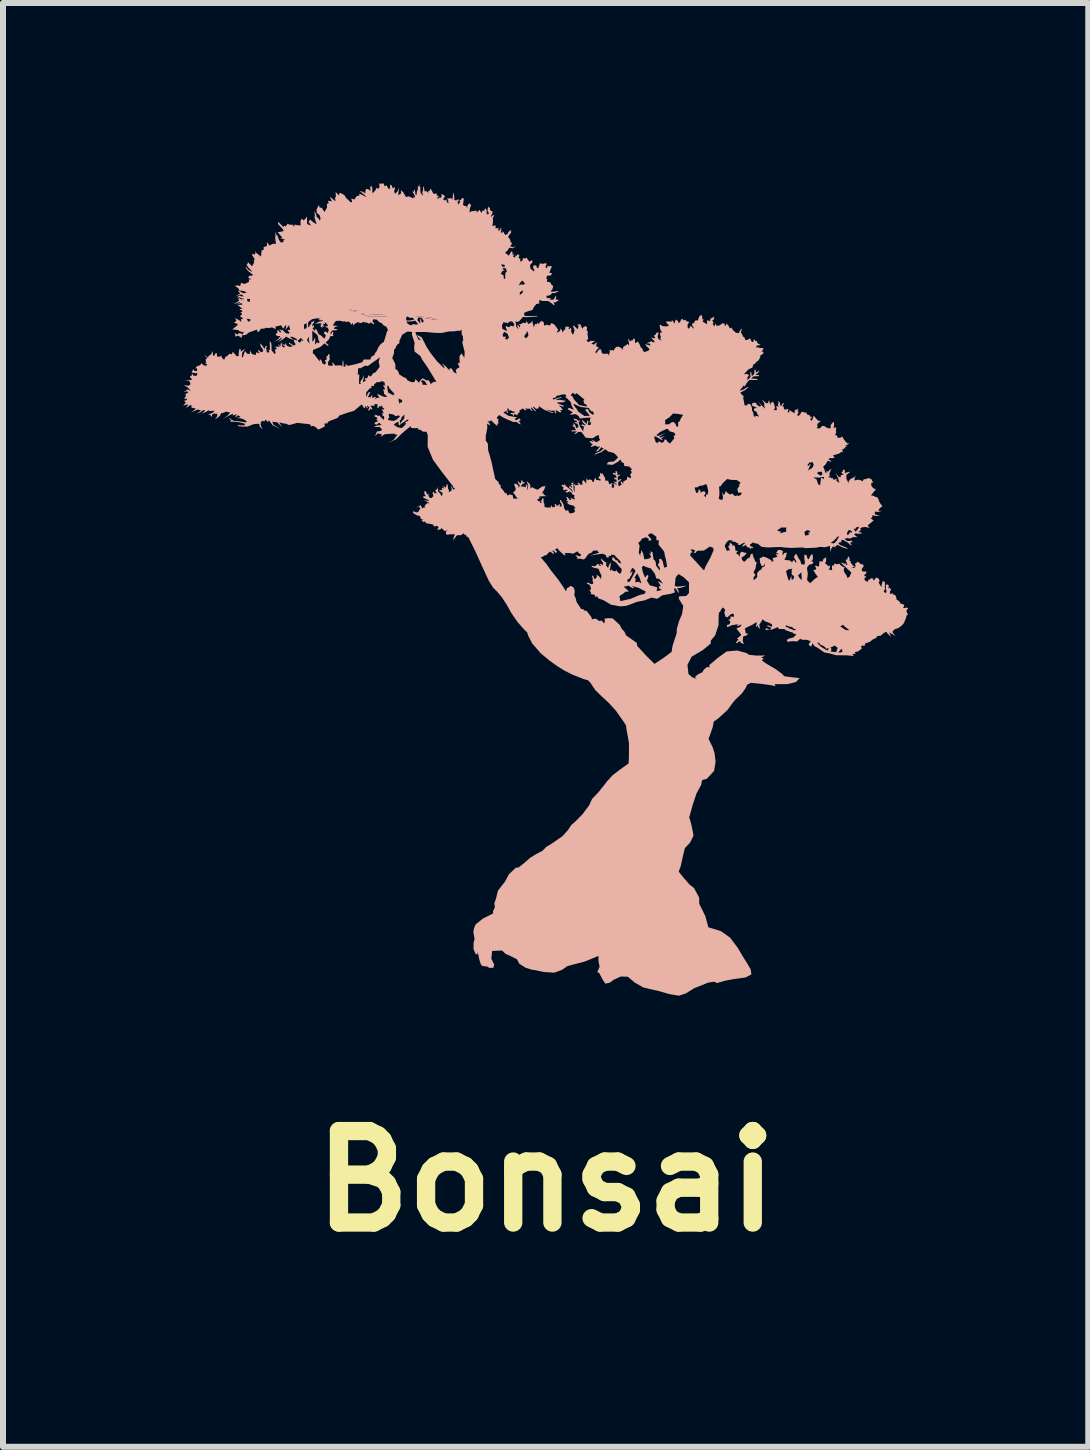
<source format=kicad_pcb>
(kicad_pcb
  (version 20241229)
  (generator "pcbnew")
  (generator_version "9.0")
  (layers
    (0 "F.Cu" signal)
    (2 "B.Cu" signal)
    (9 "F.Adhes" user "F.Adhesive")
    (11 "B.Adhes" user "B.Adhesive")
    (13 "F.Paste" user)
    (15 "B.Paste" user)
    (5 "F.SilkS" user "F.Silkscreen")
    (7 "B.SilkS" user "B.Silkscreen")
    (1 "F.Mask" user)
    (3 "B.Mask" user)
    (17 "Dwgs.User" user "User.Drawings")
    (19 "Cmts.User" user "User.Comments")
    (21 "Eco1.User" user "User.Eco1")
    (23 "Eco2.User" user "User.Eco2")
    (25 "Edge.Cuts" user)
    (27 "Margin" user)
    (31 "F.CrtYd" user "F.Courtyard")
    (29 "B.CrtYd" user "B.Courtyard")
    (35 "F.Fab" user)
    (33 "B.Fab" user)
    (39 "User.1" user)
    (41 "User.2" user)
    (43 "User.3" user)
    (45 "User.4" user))
  (footprint "Bonsai"
    (layer "F.Cu")
    (at 6.045 6.783)
    (property "Reference" "Bonsai" (at 0 9.847 180) (layer "F.SilkS") (effects (font (size 1.524 1.524) (thickness 0.305))))
    (attr smd)
    (fp_poly (pts (xy -5.956 -3.099) (xy -2.455 -3.16) (xy -2.438 -3.106) (xy -2.423 -3.126) (xy -2.392 -3.133) (xy -2.398 -3.168) (xy -2.45 -3.194) (xy -2.455 -3.16) (xy -5.956 -3.099) (xy -2.997 -3.214) (xy -2.955 -3.293) (xy -2.922 -3.305) (xy -2.965 -3.217) (xy -2.922 -3.213) (xy -2.893 -3.257) (xy -2.892 -3.198) (xy -2.852 -3.22) (xy -2.828 -3.214) (xy -2.859 -3.18) (xy -2.815 -3.203) (xy -2.77 -3.21) (xy -2.806 -3.253) (xy -2.798 -3.269) (xy -2.72 -3.229) (xy -2.686 -3.22) (xy -2.639 -3.221) (xy -2.701 -3.276) (xy -2.695 -3.3) (xy -2.715 -3.342) (xy -2.682 -3.342) (xy -2.688 -3.373) (xy -2.709 -3.411) (xy -2.705 -3.421) (xy -2.673 -3.403) (xy -2.688 -3.436) (xy -2.679 -3.457) (xy -2.702 -3.462) (xy -2.704 -3.478) (xy -2.741 -3.48) (xy -2.77 -3.467) (xy -2.82 -3.465) (xy -2.864 -3.425) (xy -2.861 -3.402) (xy -2.906 -3.403) (xy -2.91 -3.389) (xy -2.904 -3.366) (xy -2.935 -3.362) (xy -2.991 -3.299) (xy -2.997 -3.214) (xy -5.956 -3.099) (xy -3.133 -3.587) (xy -3.109 -3.599) (xy -3.109 -3.573) (xy -3.112 -3.509) (xy -3.114 -3.438) (xy -3.078 -3.437) (xy -3.096 -3.464) (xy -3.061 -3.52) (xy -3.028 -3.582) (xy -3.036 -3.537) (xy -3.049 -3.464) (xy -2.998 -3.489) (xy -3.017 -3.514) (xy -3.016 -3.53) (xy -2.979 -3.53) (xy -2.953 -3.582) (xy -2.918 -3.558) (xy -2.876 -3.616) (xy -2.84 -3.628) (xy -2.795 -3.686) (xy -2.768 -3.722) (xy -2.786 -3.804) (xy -2.766 -3.881) (xy -2.807 -3.848) (xy -2.892 -3.789) (xy -2.965 -3.735) (xy -3.012 -3.741) (xy -3.091 -3.696) (xy -3.124 -3.702) (xy -3.131 -3.656) (xy -3.133 -3.587) (xy -5.956 -3.099) (xy -3.863 -3.936) (xy -3.801 -3.851) (xy -3.762 -3.808) (xy -3.768 -3.844) (xy -3.745 -3.839) (xy -3.73 -3.801) (xy -3.721 -3.776) (xy -3.686 -3.759) (xy -3.66 -3.788) (xy -3.683 -3.82) (xy -3.675 -3.833) (xy -3.649 -3.846) (xy -3.657 -3.875) (xy -3.653 -3.893) (xy -3.635 -3.906) (xy -3.622 -3.936) (xy -3.602 -3.921) (xy -3.606 -3.88) (xy -3.598 -3.852) (xy -3.631 -3.793) (xy -3.627 -3.745) (xy -3.576 -3.738) (xy -3.547 -3.744) (xy -3.557 -3.778) (xy -3.579 -3.799) (xy -3.536 -3.777) (xy -3.512 -3.743) (xy -3.461 -3.745) (xy -3.416 -3.747) (xy -3.392 -3.727) (xy -3.387 -3.814) (xy -3.381 -3.831) (xy -3.372 -3.797) (xy -3.369 -3.723) (xy -3.342 -3.725) (xy -3.335 -3.75) (xy -3.338 -3.774) (xy -3.315 -3.749) (xy -3.298 -3.737) (xy -3.178 -3.763) (xy -3.059 -3.798) (xy -3.033 -3.844) (xy -2.926 -3.842) (xy -2.906 -3.891) (xy -2.861 -3.915) (xy -2.843 -3.952) (xy -2.821 -3.979) (xy -2.794 -4.042) (xy -2.753 -4.099) (xy -2.699 -4.138) (xy -2.67 -4.233) (xy -2.65 -4.303) (xy -2.631 -4.337) (xy -2.661 -4.392) (xy -2.702 -4.41) (xy -2.734 -4.447) (xy -2.782 -4.469) (xy -2.815 -4.507) (xy -2.874 -4.514) (xy -2.881 -4.499) (xy -2.889 -4.48) (xy -2.857 -4.438) (xy -2.868 -4.428) (xy -2.916 -4.461) (xy -2.944 -4.439) (xy -2.98 -4.457) (xy -3.055 -4.468) (xy -3.07 -4.449) (xy -3.106 -4.456) (xy -3.138 -4.465) (xy -3.176 -4.443) (xy -3.194 -4.428) (xy -3.198 -4.407) (xy -3.215 -4.433) (xy -3.221 -4.459) (xy -3.232 -4.436) (xy -3.24 -4.418) (xy -3.255 -4.451) (xy -3.293 -4.479) (xy -3.322 -4.466) (xy -3.345 -4.478) (xy -3.379 -4.476) (xy -3.428 -4.489) (xy -3.498 -4.486) (xy -3.523 -4.453) (xy -3.541 -4.43) (xy -3.541 -4.403) (xy -3.512 -4.408) (xy -3.463 -4.402) (xy -3.509 -4.386) (xy -3.537 -4.364) (xy -3.507 -4.351) (xy -3.466 -4.343) (xy -3.49 -4.33) (xy -3.557 -4.329) (xy -3.599 -4.278) (xy -3.578 -4.272) (xy -3.552 -4.309) (xy -3.54 -4.296) (xy -3.551 -4.257) (xy -3.536 -4.232) (xy -3.587 -4.236) (xy -3.616 -4.177) (xy -3.67 -4.126) (xy -3.619 -4.081) (xy -3.632 -4.068) (xy -3.688 -4.111) (xy -3.761 -4.05) (xy -3.88 -4.002) (xy -3.883 -3.941) (xy -3.863 -3.936) (xy -5.956 -3.099) (xy -3.848 -4.091) (xy -3.812 -4.13) (xy -3.783 -4.112) (xy -3.771 -4.141) (xy -3.795 -4.179) (xy -3.791 -4.196) (xy -3.809 -4.254) (xy -3.884 -4.316) (xy -3.893 -4.317) (xy -3.891 -4.235) (xy -3.891 -4.141) (xy -3.871 -4.158) (xy -3.843 -4.212) (xy -3.843 -4.158) (xy -3.848 -4.091) (xy -5.956 -3.099) (xy -3.937 -4.104) (xy -3.948 -4.172) (xy -3.95 -4.227) (xy -3.98 -4.167) (xy -3.937 -4.104) (xy -5.956 -3.099) (xy -4.098 -4.128) (xy -4.078 -4.143) (xy -4.079 -4.163) (xy -4.036 -4.15) (xy -4.072 -4.192) (xy -4.091 -4.2) (xy -4.118 -4.168) (xy -4.14 -4.159) (xy -4.111 -4.129) (xy -4.098 -4.128) (xy -5.956 -3.099) (xy -6.045 -3.073) (xy -5.997 -3.124) (xy 0.25 -3.092) (xy 0.298 -3.073) (xy 0.291 -3.056) (xy 0.211 -3.081) (xy 0.255 -3.042) (xy 0.28 -3.002) (xy 0.232 -2.994) (xy 0.262 -2.969) (xy 0.237 -2.96) (xy 0.188 -2.99) (xy 0.16 -3.001) (xy 0.173 -2.96) (xy 0.167 -2.936) (xy 0.139 -2.993) (xy 0.08 -2.989) (xy -0.001 -3.014) (xy 0.073 -2.974) (xy 0.139 -2.965) (xy 0.098 -2.954) (xy -0.029 -3.006) (xy -0.117 -3.067) (xy -0.119 -3.031) (xy -0.163 -3.02) (xy -0.197 -3.053) (xy -0.221 -3.056) (xy -0.195 -3.022) (xy -0.159 -2.983) (xy -0.184 -2.988) (xy -0.241 -3.046) (xy -0.248 -3.034) (xy -0.236 -3.007) (xy -0.212 -2.981) (xy -0.244 -2.994) (xy -0.269 -3.026) (xy -0.304 -3.021) (xy -0.346 -3.032) (xy -0.322 -2.999) (xy -0.35 -2.999) (xy -0.388 -3.029) (xy -0.413 -3.009) (xy -0.441 -2.996) (xy -0.435 -2.968) (xy -0.466 -2.943) (xy -0.478 -2.912) (xy -0.515 -2.934) (xy -0.534 -2.928) (xy -0.529 -2.901) (xy -0.544 -2.909) (xy -0.554 -2.928) (xy -0.591 -2.936) (xy -0.58 -2.953) (xy -0.522 -2.955) (xy -0.522 -2.976) (xy -0.56 -2.98) (xy -0.587 -3.001) (xy -0.604 -2.989) (xy -0.625 -3.019) (xy -0.63 -3.043) (xy -0.645 -3.003) (xy -0.628 -2.956) (xy -0.648 -2.957) (xy -0.663 -2.994) (xy -0.685 -2.973) (xy -0.709 -2.959) (xy -0.62 -2.904) (xy -0.491 -2.882) (xy -0.487 -2.864) (xy -0.522 -2.864) (xy -0.501 -2.83) (xy -0.468 -2.843) (xy -0.44 -2.864) (xy -0.419 -2.83) (xy -0.454 -2.817) (xy -0.426 -2.785) (xy -0.425 -2.758) (xy -0.491 -2.804) (xy -0.54 -2.801) (xy -0.677 -2.86) (xy -0.751 -2.9) (xy -0.773 -2.92) (xy -0.797 -2.897) (xy -0.817 -2.882) (xy -0.808 -2.854) (xy -0.786 -2.846) (xy -0.797 -2.816) (xy -0.787 -2.778) (xy -0.809 -2.772) (xy -0.806 -2.736) (xy -0.85 -2.767) (xy -0.915 -2.831) (xy -0.94 -2.811) (xy -0.975 -2.813) (xy -0.938 -2.778) (xy -0.929 -2.743) (xy -0.98 -2.776) (xy -0.975 -2.711) (xy -0.988 -2.638) (xy -1.001 -2.578) (xy -1.001 -2.49) (xy -0.967 -2.444) (xy -0.962 -2.331) (xy -0.933 -2.238) (xy -0.905 -2.134) (xy -0.868 -1.961) (xy -0.844 -1.853) (xy -0.785 -1.796) (xy -0.784 -1.767) (xy -0.755 -1.752) (xy -0.75 -1.731) (xy -0.759 -1.719) (xy -0.718 -1.671) (xy -0.691 -1.637) (xy -0.691 -1.624) (xy -0.653 -1.612) (xy -0.641 -1.575) (xy -0.607 -1.595) (xy -0.555 -1.585) (xy -0.541 -1.526) (xy -0.488 -1.525) (xy -0.468 -1.521) (xy -0.496 -1.558) (xy -0.515 -1.587) (xy -0.548 -1.628) (xy -0.506 -1.662) (xy -0.504 -1.695) (xy -0.532 -1.772) (xy -0.499 -1.771) (xy -0.459 -1.748) (xy -0.459 -1.713) (xy -0.448 -1.713) (xy -0.433 -1.75) (xy -0.46 -1.78) (xy -0.468 -1.821) (xy -0.426 -1.777) (xy -0.414 -1.791) (xy -0.409 -1.83) (xy -0.386 -1.824) (xy -0.389 -1.8) (xy -0.35 -1.797) (xy -0.359 -1.781) (xy -0.394 -1.766) (xy -0.42 -1.725) (xy -0.37 -1.725) (xy -0.337 -1.711) (xy -0.335 -1.744) (xy -0.32 -1.76) (xy -0.309 -1.76) (xy -0.31 -1.669) (xy -0.303 -1.672) (xy -0.301 -1.698) (xy -0.297 -1.71) (xy -0.294 -1.754) (xy -0.323 -1.812) (xy -0.303 -1.804) (xy -0.262 -1.76) (xy -0.255 -1.69) (xy -0.231 -1.717) (xy -0.188 -1.693) (xy -0.137 -1.672) (xy -0.098 -1.702) (xy -0.053 -1.73) (xy -0.029 -1.728) (xy -0.006 -1.741) (xy -0.026 -1.679) (xy -0.052 -1.638) (xy -0.067 -1.609) (xy -0.039 -1.621) (xy -0.039 -1.594) (xy 0.01 -1.567) (xy -0.049 -1.565) (xy -0.108 -1.562) (xy -0.113 -1.539) (xy -0.085 -1.545) (xy -0.149 -1.505) (xy -0.121 -1.483) (xy -0.09 -1.476) (xy -0.098 -1.457) (xy -0.07 -1.451) (xy -0.075 -1.473) (xy -0.085 -1.494) (xy -0.065 -1.496) (xy -0.062 -1.534) (xy -0.039 -1.523) (xy -0.038 -1.467) (xy -0.024 -1.434) (xy -0.024 -1.39) (xy 0.01 -1.376) (xy 0.047 -1.378) (xy 0.079 -1.375) (xy 0.087 -1.416) (xy 0.111 -1.38) (xy 0.156 -1.391) (xy 0.144 -1.437) (xy 0.158 -1.436) (xy 0.187 -1.403) (xy 0.233 -1.434) (xy 0.237 -1.422) (xy 0.227 -1.394) (xy 0.262 -1.393) (xy 0.261 -1.434) (xy 0.231 -1.484) (xy 0.246 -1.507) (xy 0.293 -1.431) (xy 0.305 -1.364) (xy 0.334 -1.322) (xy 0.372 -1.335) (xy 0.382 -1.297) (xy 0.406 -1.279) (xy 0.46 -1.288) (xy 0.49 -1.32) (xy 0.473 -1.34) (xy 0.473 -1.365) (xy 0.497 -1.364) (xy 0.459 -1.409) (xy 0.413 -1.418) (xy 0.371 -1.436) (xy 0.369 -1.449) (xy 0.346 -1.449) (xy 0.35 -1.463) (xy 0.374 -1.464) (xy 0.369 -1.482) (xy 0.346 -1.484) (xy 0.343 -1.505) (xy 0.36 -1.506) (xy 0.34 -1.554) (xy 0.363 -1.55) (xy 0.396 -1.505) (xy 0.424 -1.501) (xy 0.409 -1.538) (xy 0.437 -1.528) (xy 0.485 -1.508) (xy 0.47 -1.55) (xy 0.477 -1.582) (xy 0.444 -1.593) (xy 0.426 -1.625) (xy 0.396 -1.645) (xy 0.351 -1.624) (xy 0.321 -1.646) (xy 0.366 -1.661) (xy 0.343 -1.678) (xy 0.296 -1.662) (xy 0.287 -1.694) (xy 0.297 -1.711) (xy 0.259 -1.74) (xy 0.272 -1.759) (xy 0.306 -1.744) (xy 0.307 -1.771) (xy 0.339 -1.73) (xy 0.412 -1.675) (xy 0.455 -1.621) (xy 0.435 -1.675) (xy 0.387 -1.712) (xy 0.394 -1.738) (xy 0.44 -1.702) (xy 0.437 -1.72) (xy 0.41 -1.746) (xy 0.418 -1.758) (xy 0.439 -1.743) (xy 0.439 -1.759) (xy 0.422 -1.777) (xy 0.426 -1.794) (xy 0.443 -1.781) (xy 0.453 -1.807) (xy 0.458 -1.774) (xy 0.463 -1.674) (xy 0.479 -1.627) (xy 0.477 -1.684) (xy 0.482 -1.717) (xy 0.47 -1.748) (xy 0.479 -1.771) (xy 0.497 -1.744) (xy 0.517 -1.752) (xy 0.549 -1.752) (xy 0.525 -1.785) (xy 0.549 -1.792) (xy 0.57 -1.761) (xy 0.611 -1.757) (xy 0.608 -1.787) (xy 0.605 -1.813) (xy 0.625 -1.833) (xy 0.636 -1.823) (xy 0.656 -1.799) (xy 0.674 -1.772) (xy 0.673 -1.81) (xy 0.674 -1.845) (xy 0.684 -1.864) (xy 0.695 -1.832) (xy 0.73 -1.844) (xy 0.773 -1.834) (xy 0.765 -1.814) (xy 0.793 -1.8) (xy 0.803 -1.824) (xy 0.81 -1.846) (xy 0.821 -1.876) (xy 0.839 -1.838) (xy 0.901 -1.827) (xy 0.921 -1.836) (xy 0.879 -1.864) (xy 0.879 -1.89) (xy 0.905 -1.904) (xy 0.9 -1.953) (xy 0.928 -1.939) (xy 0.948 -1.943) (xy 0.96 -1.911) (xy 0.988 -1.871) (xy 0.987 -1.827) (xy 1.038 -1.823) (xy 1.056 -1.763) (xy 1.084 -1.778) (xy 1.112 -1.784) (xy 1.097 -1.758) (xy 1.1 -1.731) (xy 1.092 -1.714) (xy 1.133 -1.7) (xy 1.127 -1.726) (xy 1.147 -1.733) (xy 1.13 -1.757) (xy 1.125 -1.776) (xy 1.146 -1.78) (xy 1.176 -1.75) (xy 1.175 -1.77) (xy 1.149 -1.79) (xy 1.132 -1.814) (xy 1.177 -1.797) (xy 1.177 -1.837) (xy 1.137 -1.856) (xy 1.144 -1.879) (xy 1.178 -1.866) (xy 1.17 -1.911) (xy 1.116 -1.936) (xy 1.12 -1.956) (xy 1.167 -1.943) (xy 1.156 -1.978) (xy 1.185 -1.982) (xy 1.196 -1.911) (xy 1.228 -1.929) (xy 1.238 -1.917) (xy 1.201 -1.89) (xy 1.198 -1.825) (xy 1.242 -1.851) (xy 1.261 -1.84) (xy 1.205 -1.8) (xy 1.208 -1.731) (xy 1.261 -1.755) (xy 1.244 -1.805) (xy 1.263 -1.809) (xy 1.291 -1.766) (xy 1.287 -1.806) (xy 1.351 -1.844) (xy 1.354 -1.891) (xy 1.388 -1.875) (xy 1.413 -1.865) (xy 1.42 -1.886) (xy 1.404 -1.925) (xy 1.434 -1.966) (xy 1.408 -2.002) (xy 1.439 -2.011) (xy 1.387 -2.061) (xy 1.308 -2.068) (xy 1.302 -2.097) (xy 1.302 -2.114) (xy 1.263 -2.133) (xy 1.244 -2.177) (xy 1.196 -2.136) (xy 1.112 -2.088) (xy 1.016 -2.095) (xy 1.026 -2.12) (xy 1.05 -2.137) (xy 1.135 -2.144) (xy 1.203 -2.21) (xy 1.17 -2.252) (xy 1.132 -2.286) (xy 1.041 -2.309) (xy 0.988 -2.349) (xy 0.927 -2.301) (xy 0.81 -2.258) (xy 0.819 -2.275) (xy 0.917 -2.318) (xy 0.965 -2.364) (xy 0.94 -2.368) (xy 0.928 -2.386) (xy 0.895 -2.345) (xy 0.849 -2.302) (xy 0.845 -2.324) (xy 0.905 -2.395) (xy 0.866 -2.388) (xy 0.82 -2.411) (xy 0.781 -2.394) (xy 0.747 -2.387) (xy 0.753 -2.407) (xy 0.783 -2.421) (xy 0.756 -2.446) (xy 0.727 -2.479) (xy 0.754 -2.486) (xy 0.779 -2.468) (xy 0.798 -2.466) (xy 0.765 -2.492) (xy 0.783 -2.498) (xy 0.848 -2.463) (xy 0.871 -2.483) (xy 0.906 -2.503) (xy 0.887 -2.531) (xy 0.885 -2.577) (xy 0.86 -2.582) (xy 0.78 -2.531) (xy 0.663 -2.54) (xy 0.604 -2.622) (xy 0.589 -2.637) (xy 0.539 -2.637) (xy 0.517 -2.619) (xy 0.481 -2.596) (xy 0.484 -2.616) (xy 0.518 -2.645) (xy 0.494 -2.645) (xy 0.426 -2.646) (xy 0.432 -2.664) (xy 0.501 -2.664) (xy 0.477 -2.715) (xy 0.438 -2.739) (xy 0.462 -2.749) (xy 0.459 -2.784) (xy 0.482 -2.761) (xy 0.508 -2.698) (xy 0.544 -2.719) (xy 0.53 -2.771) (xy 0.495 -2.781) (xy 0.47 -2.796) (xy 0.494 -2.798) (xy 0.522 -2.797) (xy 0.511 -2.821) (xy 0.47 -2.835) (xy 0.464 -2.861) (xy 0.524 -2.843) (xy 0.535 -2.816) (xy 0.559 -2.836) (xy 0.565 -2.817) (xy 0.544 -2.793) (xy 0.568 -2.728) (xy 0.623 -2.643) (xy 0.625 -2.684) (xy 0.637 -2.723) (xy 0.59 -2.747) (xy 0.604 -2.764) (xy 0.655 -2.743) (xy 0.663 -2.752) (xy 0.618 -2.793) (xy 0.594 -2.842) (xy 0.621 -2.824) (xy 0.68 -2.769) (xy 0.689 -2.822) (xy 0.709 -2.821) (xy 0.697 -2.755) (xy 0.742 -2.75) (xy 0.753 -2.787) (xy 0.756 -2.81) (xy 0.734 -2.783) (xy 0.729 -2.801) (xy 0.744 -2.875) (xy 0.674 -2.873) (xy 0.568 -2.861) (xy 0.544 -2.902) (xy 0.497 -2.933) (xy 0.396 -2.922) (xy 0.426 -2.947) (xy 0.449 -2.965) (xy 0.36 -3.016) (xy 0.384 -3.038) (xy 0.468 -3.005) (xy 0.431 -3.071) (xy 0.417 -3.124) (xy 0.41 -3.14) (xy 0.352 -3.197) (xy 0.318 -3.221) (xy 0.344 -3.229) (xy 0.324 -3.262) (xy 0.272 -3.262) (xy 0.226 -3.246) (xy 0.186 -3.241) (xy 0.155 -3.207) (xy 0.115 -3.201) (xy 0.122 -3.175) (xy 0.186 -3.2) (xy 0.258 -3.218) (xy 0.261 -3.207) (xy 0.206 -3.192) (xy 0.158 -3.168) (xy 0.235 -3.172) (xy 0.278 -3.163) (xy 0.336 -3.154) (xy 0.29 -3.131) (xy 0.192 -3.128) (xy 0.192 -3.114) (xy 0.25 -3.092) (xy -5.997 -3.124) (xy -6.029 -3.154) (xy -5.985 -3.166) (xy -5.978 -3.192) (xy -6.027 -3.185) (xy -5.997 -3.24) (xy -6.007 -3.274) (xy -5.977 -3.273) (xy -5.983 -3.285) (xy -5.955 -3.29) (xy -5.976 -3.315) (xy -6.036 -3.3) (xy -5.967 -3.344) (xy -5.914 -3.319) (xy -5.968 -3.379) (xy -6.033 -3.415) (xy -5.951 -3.406) (xy -5.928 -3.424) (xy -5.922 -3.447) (xy -5.941 -3.483) (xy -6.013 -3.502) (xy -5.947 -3.497) (xy -5.892 -3.508) (xy -5.921 -3.542) (xy -5.932 -3.567) (xy -5.904 -3.568) (xy -5.901 -3.594) (xy -5.883 -3.602) (xy -5.877 -3.575) (xy -5.831 -3.571) (xy -5.815 -3.576) (xy -5.807 -3.621) (xy -5.833 -3.614) (xy -5.875 -3.62) (xy -5.902 -3.629) (xy -5.875 -3.682) (xy -5.86 -3.656) (xy -5.811 -3.649) (xy -5.812 -3.702) (xy -5.844 -3.689) (xy -5.815 -3.731) (xy -5.759 -3.749) (xy -5.74 -3.782) (xy -5.701 -3.745) (xy -5.674 -3.742) (xy -5.65 -3.742) (xy -5.644 -3.767) (xy -5.675 -3.772) (xy -5.675 -3.78) (xy -5.654 -3.787) (xy -5.666 -3.801) (xy -5.667 -3.85) (xy -5.64 -3.865) (xy -5.696 -3.923) (xy -5.628 -3.873) (xy -5.621 -3.901) (xy -5.582 -3.927) (xy -5.548 -3.985) (xy -5.549 -3.917) (xy -5.528 -3.9) (xy -5.506 -3.946) (xy -5.482 -3.951) (xy -5.48 -3.899) (xy -5.449 -3.886) (xy -5.408 -3.906) (xy -5.399 -3.873) (xy -5.36 -3.837) (xy -5.34 -3.886) (xy -5.308 -3.903) (xy -5.274 -3.938) (xy -5.23 -3.932) (xy -5.218 -3.973) (xy -5.194 -3.947) (xy -5.172 -3.925) (xy -5.158 -3.898) (xy -5.12 -3.901) (xy -5.118 -3.939) (xy -5.115 -3.961) (xy -5.109 -4.013) (xy -5.086 -4.018) (xy -5.083 -3.973) (xy -5.01 -4.023) (xy -5.06 -3.954) (xy -5.066 -3.894) (xy -5.052 -3.871) (xy -5.034 -3.928) (xy -5.014 -3.983) (xy -4.974 -3.938) (xy -4.933 -3.936) (xy -4.925 -3.993) (xy -4.9 -3.936) (xy -4.834 -3.916) (xy -4.827 -3.963) (xy -2.357 -2.926) (xy -2.404 -2.88) (xy -2.416 -2.837) (xy -2.433 -2.835) (xy -2.43 -2.768) (xy -2.414 -2.8) (xy -2.359 -2.86) (xy -2.357 -2.926) (xy -4.827 -3.963) (xy -4.765 -3.946) (xy -4.796 -3.986) (xy -4.792 -4.005) (xy -4.742 -3.963) (xy -4.71 -3.979) (xy -4.714 -4.009) (xy -4.756 -4.07) (xy -4.756 -4.113) (xy -4.716 -4.064) (xy -4.69 -4.019) (xy -4.668 -4.069) (xy -4.649 -4.07) (xy -4.66 -4.031) (xy -4.647 -3.959) (xy -4.605 -3.965) (xy -4.622 -4.007) (xy -4.598 -3.999) (xy -4.601 -4.155) (xy -4.573 -4.109) (xy -4.57 -3.994) (xy -4.516 -3.932) (xy -4.503 -3.954) (xy -4.516 -4.006) (xy -4.488 -4.013) (xy -4.492 -4.045) (xy -4.532 -4.052) (xy -4.464 -4.058) (xy -4.435 -4.051) (xy -4.466 -4.105) (xy -4.42 -4.06) (xy -4.423 -4.088) (xy -4.411 -4.137) (xy -4.393 -4.065) (xy -4.375 -4.043) (xy -4.342 -4.058) (xy -4.376 -4.079) (xy -4.395 -4.111) (xy -4.369 -4.093) (xy -4.346 -4.083) (xy -4.34 -4.121) (xy -4.314 -4.07) (xy -4.265 -4.053) (xy -4.224 -4.06) (xy -4.233 -4.075) (xy -4.284 -4.11) (xy -4.278 -4.125) (xy -4.244 -4.103) (xy -4.204 -4.073) (xy -4.165 -4.098) (xy -4.148 -4.161) (xy -4.151 -4.185) (xy -4.217 -4.22) (xy -4.265 -4.22) (xy -4.212 -4.179) (xy -4.148 -4.161) (xy -4.165 -4.098) (xy -4.188 -4.123) (xy -3.893 -4.399) (xy -3.864 -4.416) (xy -3.865 -4.387) (xy -3.887 -4.355) (xy -3.841 -4.309) (xy -3.855 -4.354) (xy -3.821 -4.34) (xy -3.784 -4.264) (xy -3.746 -4.242) (xy -3.69 -4.189) (xy -3.664 -4.245) (xy -3.7 -4.28) (xy -3.69 -4.301) (xy -3.675 -4.314) (xy -3.636 -4.284) (xy -3.617 -4.328) (xy -3.625 -4.355) (xy -3.639 -4.377) (xy -3.669 -4.38) (xy -3.673 -4.397) (xy -3.629 -4.4) (xy -3.649 -4.439) (xy -3.686 -4.466) (xy -3.685 -4.451) (xy -3.677 -4.427) (xy -3.708 -4.445) (xy -3.71 -4.426) (xy -3.699 -4.383) (xy -3.729 -4.399) (xy -3.722 -4.369) (xy -3.756 -4.396) (xy -3.744 -4.428) (xy -3.736 -4.442) (xy -3.779 -4.446) (xy -3.849 -4.436) (xy -3.782 -4.472) (xy -3.717 -4.485) (xy -3.715 -4.495) (xy -3.764 -4.496) (xy -3.794 -4.507) (xy -3.749 -4.518) (xy -3.802 -4.531) (xy -3.895 -4.515) (xy -3.961 -4.467) (xy -3.961 -4.382) (xy -3.947 -4.383) (xy -3.934 -4.412) (xy -3.913 -4.435) (xy -3.903 -4.471) (xy -3.895 -4.485) (xy -3.893 -4.462) (xy -3.857 -4.496) (xy -3.865 -4.456) (xy -3.893 -4.423) (xy -3.893 -4.399) (xy -4.188 -4.123) (xy -4.198 -4.155) (xy -4.197 -4.169) (xy -4.268 -4.192) (xy -4.329 -4.224) (xy -4.029 -4.361) (xy -4.007 -4.349) (xy -3.983 -4.379) (xy -3.986 -4.448) (xy -4.029 -4.429) (xy -4.029 -4.361) (xy -4.329 -4.224) (xy -4.376 -4.183) (xy -4.465 -4.13) (xy -4.403 -4.191) (xy -4.403 -4.214) (xy -4.444 -4.177) (xy -4.524 -4.136) (xy -4.459 -4.185) (xy -4.423 -4.234) (xy -4.481 -4.234) (xy -4.503 -4.267) (xy -4.472 -4.291) (xy -4.476 -4.327) (xy -4.461 -4.334) (xy -4.432 -4.297) (xy -4.404 -4.295) (xy -4.442 -4.348) (xy -4.4 -4.326) (xy -4.399 -4.346) (xy -4.34 -4.288) (xy -4.293 -4.27) (xy -4.266 -4.293) (xy -4.296 -4.315) (xy -4.305 -4.337) (xy -4.26 -4.336) (xy -4.279 -4.413) (xy -4.928 -4.851) (xy -4.977 -4.855) (xy -4.975 -4.815) (xy -4.934 -4.802) (xy -4.928 -4.851) (xy -4.279 -4.413) (xy -4.942 -4.519) (xy -4.984 -4.52) (xy -4.96 -4.474) (xy -4.931 -4.481) (xy -4.927 -4.498) (xy -4.91 -4.499) (xy -4.942 -4.519) (xy -4.279 -4.413) (xy -0.745 -5.427) (xy -0.73 -5.394) (xy -0.687 -5.381) (xy -0.686 -5.407) (xy -0.694 -5.425) (xy -0.745 -5.427) (xy -4.279 -4.413) (xy -0.72 -5.368) (xy -0.709 -5.341) (xy -0.684 -5.32) (xy -0.72 -5.323) (xy -0.737 -5.294) (xy -0.753 -5.271) (xy -0.73 -5.261) (xy -0.703 -5.24) (xy -0.701 -5.192) (xy -0.677 -5.185) (xy -0.678 -5.244) (xy -0.673 -5.291) (xy -0.651 -5.305) (xy -0.66 -5.34) (xy -0.666 -5.361) (xy -0.72 -5.368) (xy -4.279 -4.413) (xy -4.34 -4.336) (xy -4.323 -4.413) (xy -4.343 -4.41) (xy -4.375 -4.356) (xy -4.413 -4.414) (xy -4.469 -4.399) (xy -4.503 -4.395) (xy -4.503 -4.349) (xy -4.548 -4.373) (xy -4.592 -4.377) (xy -4.6 -4.367) (xy -4.67 -4.372) (xy -4.683 -4.36) (xy -4.75 -4.354) (xy -4.776 -4.313) (xy -4.803 -4.297) (xy -4.812 -4.342) (xy -4.948 -4.294) (xy -4.993 -4.256) (xy -5.065 -4.244) (xy -5.069 -4.202) (xy -5.125 -4.24) (xy -5.17 -4.225) (xy -5.184 -4.284) (xy -5.137 -4.257) (xy -5.119 -4.282) (xy -5.09 -4.281) (xy -5.052 -4.261) (xy -5.029 -4.309) (xy -0.39 -5.159) (xy -0.428 -5.126) (xy -0.449 -5.077) (xy -0.408 -5.095) (xy -0.369 -5.09) (xy -0.348 -5.106) (xy -0.39 -5.159) (xy -5.029 -4.309) (xy -5.053 -4.295) (xy -5.079 -4.308) (xy -5.106 -4.316) (xy -5.132 -4.335) (xy -5.224 -4.344) (xy -0.386 -4.998) (xy -0.434 -4.961) (xy -0.434 -4.917) (xy -0.383 -4.961) (xy -0.386 -4.998) (xy -5.224 -4.344) (xy -5.132 -4.42) (xy -5.145 -4.441) (xy -5.201 -4.456) (xy -5.177 -4.466) (xy -5.155 -4.496) (xy -5.184 -4.533) (xy -5.138 -4.515) (xy -5.106 -4.488) (xy -5.096 -4.507) (xy -5.096 -4.482) (xy -5.077 -4.471) (xy -5.076 -4.52) (xy -5.062 -4.517) (xy -5.042 -4.524) (xy -2.311 -4.563) (xy -2.331 -4.529) (xy -2.322 -4.492) (xy -2.25 -4.495) (xy -2.192 -4.509) (xy -2.22 -4.542) (xy -2.265 -4.537) (xy -2.311 -4.563) (xy -5.042 -4.524) (xy -5.056 -4.533) (xy -5.099 -4.567) (xy -5.066 -4.59) (xy -5.063 -4.611) (xy -5.091 -4.623) (xy -5.057 -4.643) (xy -2.244 -4.477) (xy -2.319 -4.477) (xy -2.314 -4.451) (xy -2.269 -4.419) (xy -2.241 -4.414) (xy -2.212 -4.433) (xy -2.16 -4.424) (xy -2.127 -4.433) (xy -2.16 -4.47) (xy -2.175 -4.491) (xy -2.244 -4.477) (xy -5.057 -4.643) (xy -5.066 -4.661) (xy -5.095 -4.672) (xy -5.103 -4.686) (xy -5.051 -4.687) (xy -5.085 -4.71) (xy -0.56 -4.476) (xy -0.605 -4.477) (xy -0.621 -4.457) (xy -0.635 -4.446) (xy -0.66 -4.463) (xy -0.668 -4.452) (xy -0.705 -4.468) (xy -0.717 -4.439) (xy -0.732 -4.414) (xy -0.725 -4.354) (xy -0.689 -4.337) (xy -0.645 -4.313) (xy -0.657 -4.347) (xy -0.672 -4.392) (xy -0.656 -4.399) (xy -0.631 -4.386) (xy -0.606 -4.382) (xy -0.591 -4.407) (xy -0.56 -4.4) (xy -0.539 -4.387) (xy -0.539 -4.415) (xy -0.521 -4.41) (xy -0.531 -4.438) (xy -0.56 -4.476) (xy -5.085 -4.71) (xy -5.11 -4.732) (xy -5.146 -4.757) (xy -5.109 -4.753) (xy -5.054 -4.758) (xy -5.07 -4.782) (xy -5.158 -4.769) (xy -5.092 -4.795) (xy -5.106 -4.802) (xy -5.211 -4.762) (xy -5.11 -4.823) (xy -5.124 -4.85) (xy -5.123 -4.861) (xy -5.099 -4.862) (xy -5.047 -4.811) (xy -5.08 -4.857) (xy -5.063 -4.857) (xy -5.031 -4.843) (xy -5.031 -4.855) (xy -5.105 -4.878) (xy -2.119 -4.544) (xy -2.136 -4.524) (xy -2.138 -4.494) (xy -2.09 -4.439) (xy -2.098 -4.514) (xy -2.09 -4.522) (xy -2.063 -4.456) (xy -2.042 -4.467) (xy -2.037 -4.491) (xy -2.068 -4.531) (xy -2.119 -4.544) (xy -5.105 -4.878) (xy -5.145 -4.876) (xy -5.119 -4.898) (xy -5.104 -4.909) (xy -5.076 -4.895) (xy -5.034 -4.895) (xy -5.069 -4.927) (xy -5.116 -4.917) (xy -5.172 -4.89) (xy -5.126 -4.924) (xy -5.093 -4.94) (xy -5.132 -4.987) (xy -5.092 -4.976) (xy -5.045 -4.947) (xy -4.98 -4.955) (xy -1.738 -4.285) (xy -1.857 -4.288) (xy -1.993 -4.301) (xy -2.177 -4.301) (xy -2.125 -4.177) (xy -2.082 -4.165) (xy -2.134 -4.225) (xy -2.136 -4.25) (xy -2.067 -4.21) (xy -1.984 -4.047) (xy -1.919 -3.948) (xy -1.813 -3.813) (xy -1.689 -3.691) (xy -1.694 -3.724) (xy -1.732 -3.779) (xy -1.724 -3.776) (xy -1.654 -3.715) (xy -1.633 -3.689) (xy -1.6 -3.66) (xy -1.611 -3.694) (xy -1.591 -3.687) (xy -1.583 -3.706) (xy -1.558 -3.675) (xy -1.538 -3.636) (xy -1.486 -3.605) (xy -1.493 -3.625) (xy -1.497 -3.648) (xy -1.502 -3.668) (xy -1.47 -3.698) (xy -1.441 -3.709) (xy -1.444 -3.729) (xy -1.471 -3.786) (xy -1.462 -3.786) (xy -1.444 -3.776) (xy -1.436 -3.8) (xy -1.44 -3.894) (xy -1.423 -3.922) (xy -1.409 -3.944) (xy -1.382 -3.913) (xy -1.359 -3.868) (xy -1.353 -3.968) (xy -1.387 -4.104) (xy -1.394 -4.141) (xy -1.377 -4.157) (xy -1.384 -4.235) (xy -1.401 -4.254) (xy -1.404 -4.338) (xy -1.422 -4.334) (xy -1.427 -4.318) (xy -1.464 -4.324) (xy -1.527 -4.313) (xy -1.62 -4.31) (xy -1.738 -4.285) (xy -4.98 -4.955) (xy -5.023 -4.98) (xy -5.052 -4.988) (xy -5.123 -4.993) (xy -5.11 -5.013) (xy -5.148 -5.049) (xy -0.349 -4.258) (xy -0.359 -4.221) (xy -0.334 -4.196) (xy -0.293 -4.235) (xy -0.293 -4.269) (xy -0.307 -4.309) (xy -0.324 -4.303) (xy -0.324 -4.273) (xy -0.349 -4.258) (xy -5.148 -5.049) (xy -5.184 -5.07) (xy -0.695 -4.305) (xy -0.722 -4.254) (xy -0.706 -4.218) (xy -0.676 -4.227) (xy -0.662 -4.22) (xy -0.683 -4.189) (xy -0.661 -4.182) (xy -0.64 -4.171) (xy -0.635 -4.201) (xy -0.611 -4.197) (xy -0.639 -4.272) (xy -0.695 -4.305) (xy -5.184 -5.07) (xy -5.131 -5.079) (xy -5.093 -5.066) (xy -5.079 -5.122) (xy -5.03 -5.102) (xy -4.999 -5.11) (xy -4.945 -5.139) (xy -4.95 -5.178) (xy -4.9 -5.179) (xy -4.958 -5.204) (xy -4.945 -5.237) (xy -4.886 -5.241) (xy -2.229 -4.303) (xy -2.307 -4.309) (xy -2.396 -4.254) (xy -2.42 -4.195) (xy -2.437 -4.169) (xy -2.442 -4.114) (xy -2.473 -4.094) (xy -2.497 -4.058) (xy -2.508 -4.025) (xy -2.53 -4.004) (xy -2.531 -3.944) (xy -2.56 -3.867) (xy -2.511 -3.776) (xy -2.507 -3.725) (xy -2.509 -3.69) (xy -2.463 -3.652) (xy -2.444 -3.597) (xy -2.374 -3.55) (xy -2.334 -3.537) (xy -2.301 -3.493) (xy -2.235 -3.465) (xy -2.189 -3.467) (xy -2.173 -3.517) (xy -2.116 -3.457) (xy -2.083 -3.506) (xy -2.049 -3.531) (xy -1.996 -3.496) (xy -1.972 -3.499) (xy -1.946 -3.49) (xy -1.915 -3.429) (xy -1.898 -3.456) (xy -1.881 -3.459) (xy -1.87 -3.471) (xy -1.824 -3.47) (xy -1.884 -3.569) (xy -1.978 -3.723) (xy -2.064 -3.847) (xy -2.09 -3.901) (xy -2.188 -3.976) (xy -2.195 -4.047) (xy -2.187 -4.119) (xy -2.231 -4.255) (xy -2.229 -4.303) (xy -4.886 -5.241) (xy -4.882 -5.255) (xy -4.964 -5.321) (xy -5.005 -5.374) (xy -4.994 -5.381) (xy -4.958 -5.339) (xy -4.9 -5.305) (xy -4.9 -5.319) (xy -4.935 -5.352) (xy -4.987 -5.417) (xy -4.981 -5.432) (xy -4.973 -5.424) (xy -4.965 -5.466) (xy -4.895 -5.396) (xy -4.873 -5.437) (xy -4.858 -5.462) (xy -4.868 -5.484) (xy -4.851 -5.513) (xy -4.901 -5.596) (xy -4.868 -5.598) (xy -4.846 -5.592) (xy -4.845 -5.657) (xy -4.832 -5.604) (xy -4.825 -5.62) (xy -4.746 -5.558) (xy -4.739 -5.643) (xy 4.446 -2.133) (xy 4.39 -2.126) (xy 4.357 -2.083) (xy 4.373 -2.068) (xy 4.407 -2.104) (xy 4.41 -2.09) (xy 4.386 -2.038) (xy 4.368 -1.994) (xy 4.403 -2.016) (xy 4.439 -2.038) (xy 4.462 -2.085) (xy 4.446 -2.133) (xy -4.739 -5.643) (xy 2.199 -2.937) (xy 2.118 -2.943) (xy 2.06 -2.881) (xy 1.987 -2.834) (xy 1.988 -2.802) (xy 1.988 -2.763) (xy 2.054 -2.764) (xy 2.08 -2.789) (xy 2.122 -2.805) (xy 2.161 -2.77) (xy 2.173 -2.731) (xy 2.2 -2.722) (xy 2.205 -2.748) (xy 2.203 -2.796) (xy 2.227 -2.811) (xy 2.252 -2.868) (xy 2.287 -2.92) (xy 2.199 -2.937) (xy -4.739 -5.643) (xy -4.729 -5.651) (xy -4.748 -5.658) (xy -4.701 -5.67) (xy -4.703 -5.717) (xy -4.646 -5.734) (xy -4.65 -5.799) (xy -4.601 -5.741) (xy -4.564 -5.766) (xy -4.527 -5.774) (xy -4.497 -5.766) (xy -4.509 -5.862) (xy -4.505 -5.969) (xy -4.476 -5.885) (xy -4.477 -5.928) (xy -4.45 -5.842) (xy -4.417 -5.794) (xy 2.034 -2.684) (xy 2.01 -2.686) (xy 1.957 -2.661) (xy 1.904 -2.636) (xy 1.84 -2.583) (xy 1.87 -2.569) (xy 1.989 -2.617) (xy 1.885 -2.557) (xy 1.899 -2.545) (xy 1.988 -2.567) (xy 1.917 -2.529) (xy 1.941 -2.513) (xy 1.937 -2.496) (xy 1.896 -2.521) (xy 1.829 -2.562) (xy 1.805 -2.557) (xy 1.811 -2.521) (xy 1.823 -2.501) (xy 1.822 -2.478) (xy 1.857 -2.448) (xy 1.884 -2.481) (xy 1.933 -2.455) (xy 1.962 -2.47) (xy 1.984 -2.517) (xy 2.01 -2.498) (xy 2.034 -2.466) (xy 2.068 -2.444) (xy 2.1 -2.481) (xy 2.142 -2.532) (xy 2.128 -2.559) (xy 2.16 -2.597) (xy 2.131 -2.628) (xy 2.062 -2.646) (xy 2.034 -2.684) (xy -4.417 -5.794) (xy -4.377 -5.797) (xy -4.371 -5.829) (xy -4.345 -5.839) (xy -4.426 -5.866) (xy -4.39 -5.872) (xy -4.468 -5.964) (xy -4.4 -5.975) (xy -4.366 -5.987) (xy 5.219 -1.054) (xy 5.191 -1.053) (xy 5.156 -1.036) (xy 5.172 -1.018) (xy 5.141 -1.025) (xy 5.122 -1.018) (xy 5.148 -1.004) (xy 5.146 -0.987) (xy 5.162 -0.975) (xy 5.199 -1.017) (xy 5.219 -1.054) (xy -4.366 -5.987) (xy 0.513 -3.281) (xy 0.481 -3.26) (xy 0.453 -3.291) (xy 0.435 -3.274) (xy 0.411 -3.244) (xy 0.44 -3.233) (xy 0.473 -3.173) (xy 0.557 -3.081) (xy 0.684 -3.061) (xy 0.676 -3.089) (xy 0.633 -3.114) (xy 0.634 -3.138) (xy 0.617 -3.157) (xy 0.638 -3.16) (xy 0.639 -3.179) (xy 0.513 -3.281) (xy -4.366 -5.987) (xy -4.393 -6.026) (xy 4.551 -1.875) (xy 4.452 -1.879) (xy 4.511 -1.845) (xy 4.524 -1.801) (xy 4.54 -1.759) (xy 4.572 -1.752) (xy 4.577 -1.814) (xy 4.586 -1.869) (xy 4.618 -1.862) (xy 4.636 -1.844) (xy 4.632 -1.872) (xy 4.637 -1.889) (xy 4.551 -1.875) (xy -4.393 -6.026) (xy -4.462 -6.101) (xy -4.462 -6.137) (xy -4.413 -6.091) (xy -4.372 -6.051) (xy -4.359 -6.073) (xy -4.334 -6.06) (xy -4.304 -6.106) (xy -4.278 -6.091) (xy -4.219 -6.087) (xy -4.19 -6.052) (xy -4.192 -6.091) (xy -4.128 -6.079) (xy -4.085 -6.079) (xy -4.089 -6.147) (xy -4.069 -6.191) (xy -4.034 -6.16) (xy -4.009 -6.186) (xy -3.981 -6.225) (xy -3.977 -6.099) (xy -3.91 -6.074) (xy -3.952 -6.134) (xy -3.931 -6.176) (xy -3.878 -6.132) (xy 2.907 -1.728) (xy 2.886 -1.728) (xy 2.893 -1.603) (xy 2.881 -1.519) (xy 2.937 -1.501) (xy 2.952 -1.542) (xy 2.936 -1.638) (xy 2.963 -1.586) (xy 2.983 -1.608) (xy 2.996 -1.653) (xy 3.025 -1.622) (xy 3.066 -1.594) (xy 3.105 -1.608) (xy 3.155 -1.565) (xy 3.19 -1.58) (xy 3.212 -1.568) (xy 3.246 -1.587) (xy 3.264 -1.612) (xy 3.264 -1.625) (xy 3.204 -1.624) (xy 3.19 -1.688) (xy 3.223 -1.733) (xy 3.223 -1.766) (xy 3.246 -1.79) (xy 3.181 -1.834) (xy 3.086 -1.838) (xy 3.02 -1.852) (xy 2.95 -1.785) (xy 2.907 -1.728) (xy -3.878 -6.132) (xy -3.818 -6.094) (xy -3.854 -6.205) (xy 5.022 -0.919) (xy 5.053 -0.935) (xy 5.067 -0.967) (xy 5.094 -0.957) (xy 5.106 -0.974) (xy 5.083 -0.987) (xy 5.07 -1.001) (xy 5.035 -0.995) (xy 5.026 -0.968) (xy 5.016 -0.947) (xy 5.022 -0.919) (xy -3.854 -6.205) (xy -3.849 -6.258) (xy -3.861 -6.318) (xy -3.83 -6.27) (xy -3.817 -6.212) (xy -3.796 -6.205) (xy -3.764 -6.154) (xy -3.754 -6.198) (xy -3.771 -6.248) (xy -3.816 -6.286) (xy -3.821 -6.345) (xy 2.678 -1.76) (xy 2.657 -1.764) (xy 2.612 -1.743) (xy 2.56 -1.738) (xy 2.524 -1.714) (xy 2.48 -1.712) (xy 2.488 -1.668) (xy 2.507 -1.62) (xy 2.537 -1.626) (xy 2.546 -1.684) (xy 2.578 -1.652) (xy 2.579 -1.621) (xy 2.611 -1.645) (xy 2.645 -1.646) (xy 2.664 -1.616) (xy 2.636 -1.573) (xy 2.661 -1.547) (xy 2.674 -1.592) (xy 2.697 -1.599) (xy 2.705 -1.652) (xy 2.692 -1.718) (xy 2.678 -1.76) (xy -3.821 -6.345) (xy -3.807 -6.369) (xy -3.784 -6.417) (xy -3.766 -6.372) (xy -3.732 -6.371) (xy -3.716 -6.342) (xy -3.688 -6.302) (xy -3.645 -6.378) (xy -3.649 -6.434) (xy -3.617 -6.448) (xy -3.631 -6.488) (xy -3.599 -6.484) (xy -3.563 -6.479) (xy -3.591 -6.528) (xy -3.597 -6.552) (xy 0.573 -3.053) (xy 0.458 -3.108) (xy 0.464 -3.086) (xy 0.484 -3.054) (xy 0.515 -3.018) (xy 0.536 -2.977) (xy 0.642 -2.902) (xy 0.732 -2.905) (xy 0.713 -2.933) (xy 0.651 -3.007) (xy 0.677 -3.013) (xy 0.701 -3.021) (xy 0.722 -2.967) (xy 0.759 -2.937) (xy 0.789 -2.92) (xy 0.8 -2.952) (xy 0.778 -2.98) (xy 0.753 -2.982) (xy 0.74 -2.999) (xy 0.714 -3.036) (xy 0.573 -3.053) (xy -3.597 -6.552) (xy -3.515 -6.487) (xy -3.501 -6.496) (xy -3.519 -6.529) (xy -3.499 -6.55) (xy -3.503 -6.636) (xy -3.481 -6.612) (xy -3.453 -6.576) (xy -3.434 -6.62) (xy -3.393 -6.605) (xy -3.352 -6.575) (xy -3.327 -6.532) (xy -3.286 -6.496) (xy -3.254 -6.463) (xy -3.226 -6.464) (xy -3.243 -6.527) (xy -3.193 -6.508) (xy -3.171 -6.537) (xy -3.151 -6.566) (xy -3.109 -6.574) (xy -3.107 -6.607) (xy -3.065 -6.587) (xy -2.988 -6.548) (xy -3.001 -6.566) (xy -3.07 -6.625) (xy -3.105 -6.652) (xy -3.043 -6.635) (xy -3.008 -6.609) (xy -3.008 -6.649) (xy -2.993 -6.687) (xy -2.951 -6.677) (xy -2.43 -2.893) (xy -2.449 -2.913) (xy -2.5 -2.899) (xy -2.54 -2.926) (xy -2.615 -2.941) (xy -2.618 -2.907) (xy -2.607 -2.875) (xy -2.622 -2.869) (xy -2.629 -2.834) (xy -2.539 -2.82) (xy -2.494 -2.838) (xy -2.43 -2.893) (xy -2.951 -6.677) (xy -2.923 -6.649) (xy -2.924 -6.677) (xy -2.924 -6.732) (xy -2.905 -6.731) (xy -2.893 -6.706) (xy -2.891 -6.672) (xy -2.891 -6.616) (xy -2.867 -6.631) (xy -2.517 -3.266) (xy -2.607 -3.363) (xy -2.615 -3.381) (xy -2.614 -3.393) (xy -2.643 -3.411) (xy -2.639 -3.352) (xy -2.628 -3.293) (xy -2.54 -3.245) (xy -2.535 -3.264) (xy -2.517 -3.266) (xy -2.867 -6.631) (xy -2.848 -6.656) (xy -2.832 -6.673) (xy -2.831 -6.702) (xy -2.793 -6.688) (xy -2.771 -6.715) (xy -2.777 -6.765) (xy -2.765 -6.783) (xy -2.745 -6.765) (xy -2.732 -6.778) (xy -2.701 -6.773) (xy -2.688 -6.728) (xy -2.655 -6.746) (xy -2.636 -6.712) (xy -2.615 -6.678) (xy -2.596 -6.699) (xy -2.594 -6.757) (xy -2.566 -6.741) (xy -2.554 -6.695) (xy -2.528 -6.711) (xy -2.511 -6.712) (xy -2.528 -6.645) (xy -2.513 -6.603) (xy -2.468 -6.651) (xy -2.443 -6.71) (xy -2.455 -6.634) (xy -2.461 -6.58) (xy -2.412 -6.611) (xy -2.416 -6.664) (xy -2.379 -6.632) (xy -2.33 -6.55) (xy -2.286 -6.562) (xy -2.225 -6.535) (xy -2.202 -6.53) (xy -2.207 -6.561) (xy -2.183 -6.539) (xy -2.179 -6.562) (xy -2.227 -6.649) (xy -2.205 -6.635) (xy -2.187 -6.685) (xy -2.171 -6.588) (xy -2.153 -6.586) (xy -2.15 -6.634) (xy -2.133 -6.68) (xy -2.133 -6.742) (xy -2.107 -6.713) (xy -2.104 -6.768) (xy -2.093 -6.714) (xy -2.091 -6.629) (xy -2.052 -6.566) (xy -2.055 -6.616) (xy -2.066 -6.644) (xy -2.048 -6.638) (xy -2.045 -6.711) (xy -2.033 -6.727) (xy -2.022 -6.645) (xy -1.995 -6.649) (xy -1.948 -6.619) (xy -1.962 -6.653) (xy -1.931 -6.656) (xy -1.926 -6.692) (xy -1.901 -6.661) (xy -1.887 -6.626) (xy -1.863 -6.601) (xy -1.822 -6.612) (xy -1.814 -6.573) (xy -1.778 -6.567) (xy -1.809 -6.541) (xy -1.796 -6.514) (xy -1.782 -6.542) (xy -1.755 -6.535) (xy -1.736 -6.56) (xy -1.742 -6.602) (xy -1.695 -6.579) (xy -1.681 -6.561) (xy -1.713 -6.515) (xy -1.685 -6.491) (xy -1.658 -6.51) (xy -1.648 -6.457) (xy -1.611 -6.454) (xy -1.637 -6.48) (xy -1.621 -6.494) (xy -1.648 -6.526) (xy -1.618 -6.526) (xy -1.596 -6.528) (xy -1.578 -6.536) (xy -1.559 -6.503) (xy -1.55 -6.562) (xy -1.544 -6.629) (xy -1.528 -6.579) (xy -1.525 -6.504) (xy -1.509 -6.497) (xy -1.499 -6.489) (xy -1.456 -6.517) (xy -1.454 -6.487) (xy -1.474 -6.462) (xy -1.459 -6.443) (xy -1.466 -6.414) (xy -1.432 -6.462) (xy -1.436 -6.504) (xy -1.419 -6.501) (xy -1.392 -6.535) (xy -1.366 -6.525) (xy -1.374 -6.469) (xy -1.38 -6.418) (xy -1.36 -6.404) (xy -1.325 -6.4) (xy -1.313 -6.357) (xy -1.311 -6.394) (xy -1.299 -6.416) (xy -1.277 -6.449) (xy -1.26 -6.431) (xy -1.246 -6.413) (xy -1.266 -6.363) (xy -1.271 -6.294) (xy -1.233 -6.316) (xy -1.198 -6.316) (xy -1.156 -6.327) (xy -1.152 -6.291) (xy -1.133 -6.31) (xy -1.104 -6.336) (xy -1.075 -6.284) (xy -1.055 -6.328) (xy -1.031 -6.318) (xy -1.016 -6.351) (xy -1.001 -6.361) (xy -0.985 -6.312) (xy -0.99 -6.285) (xy -0.97 -6.256) (xy -0.948 -6.277) (xy -0.972 -6.322) (xy -0.97 -6.35) (xy -0.962 -6.371) (xy -0.952 -6.397) (xy -0.943 -6.375) (xy -0.928 -6.362) (xy -0.934 -6.341) (xy -0.911 -6.315) (xy -0.888 -6.315) (xy -0.891 -6.275) (xy -0.908 -6.251) (xy -0.918 -6.211) (xy -0.895 -6.237) (xy -0.858 -6.256) (xy -0.871 -6.225) (xy -0.886 -6.192) (xy -0.879 -6.167) (xy -0.886 -6.105) (xy -0.892 -6.068) (xy -0.837 -6.079) (xy -0.837 -6.052) (xy -0.84 -6.028) (xy -0.812 -6.031) (xy -0.778 -6.026) (xy -0.792 -6.01) (xy -0.795 -5.985) (xy -0.763 -6.001) (xy -0.746 -6.05) (xy -0.742 -6.007) (xy -0.753 -5.957) (xy -0.719 -5.958) (xy -0.726 -5.979) (xy -0.704 -5.967) (xy -0.694 -5.94) (xy -0.677 -5.921) (xy -0.646 -5.926) (xy -0.61 -5.985) (xy -0.561 -6.006) (xy -0.58 -5.992) (xy -0.591 -5.969) (xy -0.572 -5.975) (xy -0.592 -5.938) (xy -0.612 -5.922) (xy -0.615 -5.901) (xy -0.631 -5.901) (xy -0.623 -5.881) (xy -0.592 -5.834) (xy -0.589 -5.796) (xy -0.565 -5.79) (xy -0.574 -5.756) (xy -0.595 -5.731) (xy -0.553 -5.713) (xy -0.495 -5.731) (xy -0.554 -5.695) (xy -0.608 -5.707) (xy -0.638 -5.662) (xy -0.679 -5.621) (xy -0.616 -5.573) (xy -0.601 -5.6) (xy -0.577 -5.647) (xy -0.551 -5.626) (xy -0.56 -5.587) (xy -0.53 -5.602) (xy -0.546 -5.554) (xy -0.528 -5.548) (xy -0.507 -5.543) (xy -0.51 -5.575) (xy -0.484 -5.573) (xy -0.469 -5.601) (xy -0.44 -5.574) (xy -0.458 -5.536) (xy -0.424 -5.52) (xy -0.429 -5.479) (xy -0.396 -5.48) (xy -0.379 -5.534) (xy -0.345 -5.526) (xy -0.323 -5.541) (xy -0.276 -5.474) (xy -0.229 -5.498) (xy -0.222 -5.463) (xy -0.264 -5.419) (xy -0.258 -5.359) (xy -0.197 -5.309) (xy -0.191 -5.335) (xy -0.209 -5.36) (xy -0.212 -5.404) (xy -0.18 -5.415) (xy -0.154 -5.401) (xy -0.152 -5.37) (xy -0.121 -5.368) (xy -0.119 -5.399) (xy -0.108 -5.418) (xy -0.099 -5.446) (xy -0.052 -5.437) (xy -0.004 -5.449) (xy 0.016 -5.435) (xy -0.007 -5.395) (xy 0.011 -5.359) (xy 0.033 -5.404) (xy 0.065 -5.395) (xy 0.081 -5.404) (xy 0.099 -5.391) (xy 0.085 -5.358) (xy 0.07 -5.325) (xy 0.059 -5.287) (xy 0.104 -5.283) (xy 0.082 -5.243) (xy 0.02 -5.239) (xy 0.015 -5.221) (xy 0.005 -5.198) (xy 0.024 -5.182) (xy 0.016 -5.14) (xy 0.075 -5.128) (xy 0.095 -5.086) (xy 0.123 -5.067) (xy 0.111 -5.018) (xy 0.078 -4.978) (xy 0.127 -4.972) (xy 0.197 -4.985) (xy 0.212 -4.977) (xy 0.149 -4.95) (xy 0.1 -4.95) (xy 0.086 -4.927) (xy 0.045 -4.905) (xy 0.016 -4.91) (xy 0.008 -4.875) (xy 0.045 -4.864) (xy 0.085 -4.865) (xy 0.066 -4.84) (xy 0.128 -4.839) (xy 0.158 -4.893) (xy 0.174 -4.908) (xy 0.165 -4.842) (xy 0.198 -4.84) (xy 0.214 -4.823) (xy 0.188 -4.816) (xy 0.167 -4.797) (xy 0.124 -4.793) (xy 0.144 -4.762) (xy 0.138 -4.745) (xy 0.085 -4.788) (xy 0.037 -4.818) (xy -0.055 -4.818) (xy -0.108 -4.834) (xy -0.114 -4.798) (xy -0.103 -4.78) (xy -0.131 -4.773) (xy -0.158 -4.767) (xy -0.198 -4.72) (xy -0.223 -4.669) (xy -0.263 -4.655) (xy -0.293 -4.65) (xy -0.364 -4.62) (xy -0.354 -4.568) (xy -0.249 -4.567) (xy -0.147 -4.571) (xy -0.141 -4.56) (xy -0.323 -4.548) (xy -0.382 -4.552) (xy -0.409 -4.522) (xy -0.44 -4.485) (xy -0.466 -4.47) (xy -0.509 -4.475) (xy -0.499 -4.44) (xy -0.493 -4.388) (xy -0.451 -4.342) (xy -0.48 -4.408) (xy -0.463 -4.418) (xy -0.435 -4.377) (xy -0.426 -4.404) (xy 4.806 -0.833) (xy 4.746 -0.787) (xy 4.778 -0.78) (xy 4.81 -0.784) (xy 4.848 -0.827) (xy 4.887 -0.896) (xy 4.864 -0.894) (xy 4.806 -0.833) (xy -0.426 -4.404) (xy -0.451 -4.437) (xy -0.415 -4.433) (xy 3.994 0.611) (xy 4.032 0.621) (xy 4.066 0.645) (xy 4.101 0.652) (xy 4.129 0.668) (xy 4.164 0.663) (xy 4.158 0.647) (xy 4.128 0.643) (xy 4.106 0.617) (xy 4.049 0.604) (xy 4.003 0.586) (xy 3.994 0.611) (xy -0.415 -4.433) (xy -0.38 -4.457) (xy 4.401 -0.988) (xy 4.353 -1) (xy 4.309 -0.972) (xy 4.317 -0.912) (xy 4.347 -0.912) (xy 4.39 -0.928) (xy 4.367 -0.96) (xy 4.398 -0.962) (xy 4.401 -0.988) (xy -0.38 -4.457) (xy 2.789 -0.704) (xy 2.732 -0.727) (xy 2.633 -0.66) (xy 2.519 -0.655) (xy 2.496 -0.623) (xy 2.464 -0.618) (xy 2.487 -0.665) (xy 2.46 -0.673) (xy 2.407 -0.683) (xy 2.443 -0.632) (xy 2.414 -0.621) (xy 2.405 -0.577) (xy 2.497 -0.478) (xy 2.588 -0.378) (xy 2.635 -0.328) (xy 2.662 -0.399) (xy 2.741 -0.542) (xy 2.793 -0.662) (xy 2.789 -0.704) (xy -0.38 -4.457) (xy -0.339 -4.448) (xy -0.322 -4.483) (xy -0.294 -4.436) (xy -2.398 -2.701) (xy -2.346 -2.752) (xy -2.322 -2.783) (xy -2.355 -2.781) (xy -2.322 -2.811) (xy -2.292 -2.817) (xy -2.295 -2.848) (xy -2.394 -2.785) (xy -2.448 -2.744) (xy -2.46 -2.809) (xy -2.502 -2.784) (xy -2.536 -2.758) (xy -2.474 -2.715) (xy -2.398 -2.701) (xy -0.294 -4.436) (xy -0.251 -4.453) (xy -0.227 -4.49) (xy -0.213 -4.423) (xy -0.2 -4.378) (xy -0.181 -4.436) (xy -0.149 -4.43) (xy -0.138 -4.461) (xy -0.117 -4.431) (xy -0.106 -4.459) (xy -0.089 -4.47) (xy -0.068 -4.488) (xy -0.036 -4.462) (xy -0.028 -4.406) (xy 0.009 -4.423) (xy 0.069 -4.41) (xy 0.091 -4.451) (xy 0.136 -4.429) (xy 0.162 -4.4) (xy 0.205 -4.339) (xy 0.178 -4.287) (xy 0.239 -4.32) (xy 0.24 -4.361) (xy 0.273 -4.324) (xy 0.276 -4.287) (xy 0.299 -4.328) (xy 2.384 -0.131) (xy 2.302 -0.211) (xy 2.213 -0.267) (xy 2.182 -0.24) (xy 2.161 -0.201) (xy 2.147 -0.068) (xy 2.205 -0.059) (xy 2.335 -0.074) (xy 2.325 -0.065) (xy 2.233 -0.036) (xy 2.184 -0.034) (xy 2.208 0.004) (xy 2.219 0.057) (xy 2.161 -0.027) (xy 2.134 -0.027) (xy 2.15 0.037) (xy 2.088 0.059) (xy 1.939 0.086) (xy 1.857 0.144) (xy 1.758 0.124) (xy 1.648 0.169) (xy 1.513 0.196) (xy 1.401 0.24) (xy 1.337 0.261) (xy 1.239 0.27) (xy 1.086 0.242) (xy 0.962 0.168) (xy 0.867 0.133) (xy 0.86 0.103) (xy 0.813 0.111) (xy 0.821 0.08) (xy 0.787 0.071) (xy 0.746 0.067) (xy 0.755 0.043) (xy 0.728 0.003) (xy 0.75 -0.01) (xy 0.749 -0.049) (xy 0.728 -0.089) (xy 0.684 -0.109) (xy 0.693 -0.129) (xy 0.761 -0.098) (xy 0.793 -0.113) (xy 0.777 -0.161) (xy 0.782 -0.191) (xy 0.768 -0.231) (xy 0.783 -0.247) (xy 0.81 -0.184) (xy 0.835 -0.198) (xy 0.851 -0.224) (xy 0.843 -0.259) (xy 0.885 -0.231) (xy 0.921 -0.181) (xy 0.919 -0.215) (xy 0.929 -0.235) (xy 0.894 -0.312) (xy 0.879 -0.356) (xy 0.798 -0.374) (xy 0.756 -0.393) (xy 0.774 -0.404) (xy 0.819 -0.398) (xy 0.848 -0.423) (xy 0.867 -0.443) (xy 0.901 -0.402) (xy 0.921 -0.404) (xy 0.891 -0.438) (xy 0.918 -0.439) (xy 0.946 -0.413) (xy 0.954 -0.456) (xy 0.927 -0.491) (xy 0.915 -0.533) (xy 0.967 -0.484) (xy 1.01 -0.456) (xy 1.001 -0.413) (xy 1.037 -0.37) (xy 1.054 -0.424) (xy 1.084 -0.464) (xy 1.073 -0.366) (xy 1.063 -0.343) (xy 1.085 -0.321) (xy 1.096 -0.349) (xy 1.119 -0.32) (xy 1.159 -0.314) (xy 1.176 -0.334) (xy 1.19 -0.307) (xy 1.21 -0.29) (xy 1.233 -0.271) (xy 1.255 -0.294) (xy 1.265 -0.351) (xy 1.219 -0.399) (xy 1.167 -0.463) (xy 1.102 -0.505) (xy 1.107 -0.521) (xy 1.105 -0.545) (xy 1.133 -0.544) (xy 1.163 -0.501) (xy 1.196 -0.492) (xy 1.206 -0.463) (xy 1.258 -0.442) (xy 1.236 -0.489) (xy 1.178 -0.544) (xy 1.136 -0.591) (xy 1.119 -0.583) (xy 1.089 -0.598) (xy 1.085 -0.565) (xy 1.052 -0.575) (xy 1.041 -0.538) (xy 1.007 -0.551) (xy 1.001 -0.584) (xy 0.946 -0.607) (xy 0.828 -0.592) (xy 0.728 -0.575) (xy 0.887 -0.624) (xy 0.852 -0.662) (xy 0.79 -0.658) (xy 0.754 -0.62) (xy 0.716 -0.61) (xy 0.678 -0.561) (xy 0.658 -0.532) (xy 0.629 -0.511) (xy 0.572 -0.525) (xy 0.511 -0.522) (xy 0.531 -0.546) (xy 0.495 -0.572) (xy 0.505 -0.583) (xy 0.571 -0.562) (xy 0.588 -0.594) (xy 0.547 -0.617) (xy 0.53 -0.648) (xy 0.453 -0.608) (xy 0.398 -0.618) (xy 0.314 -0.621) (xy 0.326 -0.581) (xy 0.306 -0.583) (xy 0.231 -0.65) (xy 0.187 -0.701) (xy 0.153 -0.677) (xy 0.186 -0.643) (xy 0.169 -0.618) (xy 0.122 -0.662) (xy 0.106 -0.656) (xy 0.138 -0.616) (xy 0.122 -0.604) (xy 0.072 -0.644) (xy 0.036 -0.617) (xy 0.013 -0.587) (xy -0.025 -0.576) (xy -0.058 -0.554) (xy -0.088 -0.549) (xy 0.008 -0.438) (xy 0.083 -0.331) (xy 0.207 -0.175) (xy 0.303 -0.034) (xy 0.334 0.021) (xy 0.353 -0.033) (xy 0.382 -0.048) (xy 0.411 -0.072) (xy 0.458 -0.048) (xy 0.481 0.007) (xy 0.475 0.09) (xy 0.497 0.133) (xy 0.51 0.194) (xy 0.59 0.317) (xy 0.617 0.313) (xy 0.647 0.343) (xy 0.673 0.342) (xy 0.709 0.383) (xy 0.761 0.454) (xy 0.766 0.487) (xy 0.827 0.473) (xy 0.894 0.515) (xy 0.928 0.506) (xy 0.971 0.555) (xy 0.983 0.518) (xy 0.978 0.474) (xy 1.044 0.466) (xy 1.112 0.47) (xy 1.232 0.58) (xy 1.261 0.639) (xy 1.31 0.694) (xy 1.337 0.754) (xy 1.462 0.841) (xy 1.516 0.881) (xy 1.521 0.928) (xy 1.571 0.982) (xy 1.673 1.093) (xy 1.81 1.229) (xy 1.968 1.123) (xy 2.095 1.029) (xy 2.11 0.929) (xy 2.15 0.805) (xy 2.179 0.721) (xy 2.182 0.643) (xy 2.223 0.505) (xy 2.27 0.394) (xy 2.289 0.263) (xy 2.215 0.143) (xy 2.22 0.103) (xy 2.338 0.097) (xy 2.384 0.049) (xy 2.384 -0.131) (xy 0.299 -4.328) (xy 0.321 -4.343) (xy 0.326 -4.389) (xy 0.365 -4.392) (xy 0.389 -4.384) (xy 0.376 -4.358) (xy 0.389 -4.346) (xy 0.414 -4.375) (xy 0.424 -4.344) (xy 0.42 -4.309) (xy 0.446 -4.259) (xy 0.461 -4.27) (xy 0.468 -4.302) (xy 0.479 -4.328) (xy 0.453 -4.394) (xy 0.465 -4.41) (xy 0.486 -4.389) (xy 0.522 -4.351) (xy 0.534 -4.357) (xy 1.971 -0.641) (xy 1.941 -0.681) (xy 1.877 -0.759) (xy 1.882 -0.832) (xy 1.843 -0.833) (xy 1.84 -0.89) (xy 1.766 -0.945) (xy 1.737 -0.945) (xy 1.698 -0.918) (xy 1.757 -0.848) (xy 1.755 -0.833) (xy 1.727 -0.826) (xy 1.709 -0.821) (xy 1.716 -0.856) (xy 1.668 -0.881) (xy 1.603 -0.86) (xy 1.58 -0.823) (xy 1.538 -0.786) (xy 1.562 -0.745) (xy 1.548 -0.621) (xy 1.58 -0.559) (xy 1.566 -0.618) (xy 1.587 -0.605) (xy 1.583 -0.639) (xy 1.591 -0.664) (xy 1.619 -0.616) (xy 1.642 -0.512) (xy 1.728 -0.528) (xy 1.755 -0.561) (xy 1.716 -0.618) (xy 1.755 -0.6) (xy 1.739 -0.646) (xy 1.776 -0.634) (xy 1.796 -0.508) (xy 1.82 -0.492) (xy 1.833 -0.453) (xy 1.834 -0.413) (xy 1.856 -0.383) (xy 1.895 -0.326) (xy 1.9 -0.37) (xy 1.865 -0.423) (xy 1.891 -0.462) (xy 1.886 -0.517) (xy 1.916 -0.524) (xy 1.946 -0.483) (xy 1.962 -0.413) (xy 1.972 -0.374) (xy 2.02 -0.392) (xy 2.002 -0.503) (xy 1.983 -0.575) (xy 1.971 -0.641) (xy 0.534 -4.357) (xy 0.547 -4.401) (xy 0.525 -4.429) (xy 0.58 -4.428) (xy 0.587 -4.394) (xy 0.611 -4.357) (xy 0.628 -4.385) (xy 0.661 -4.4) (xy 0.688 -4.376) (xy 0.678 -4.329) (xy 0.698 -4.315) (xy 0.694 -4.259) (xy 0.702 -4.218) (xy 0.705 -4.186) (xy 0.677 -4.16) (xy 0.705 -4.132) (xy 0.747 -4.154) (xy 0.781 -4.151) (xy 0.823 -4.156) (xy 0.758 -4.108) (xy 0.802 -4.09) (xy 0.841 -4.131) (xy 0.846 -4.116) (xy 0.837 -4.065) (xy 0.886 -4.039) (xy 0.861 -4.019) (xy 0.825 -3.971) (xy 0.836 -3.943) (xy 0.869 -3.988) (xy 0.889 -4.013) (xy 0.92 -4.01) (xy 0.934 -3.949) (xy 0.967 -3.936) (xy 1.025 -3.943) (xy 1.059 -3.905) (xy 1.052 -3.939) (xy 1.07 -3.968) (xy 1.056 -3.999) (xy 1.088 -3.996) (xy 1.117 -4.001) (xy 1.131 -3.985) (xy 1.141 -4.016) (xy 1.169 -4.051) (xy 1.212 -4.058) (xy 1.238 -4.045) (xy 1.262 -4.03) (xy 1.272 -3.997) (xy 1.277 -4.018) (xy 1.293 -4.056) (xy 4.007 -1.044) (xy 3.919 -1.043) (xy 3.883 -1.013) (xy 3.857 -1.003) (xy 3.867 -0.983) (xy 3.917 -0.979) (xy 3.903 -0.946) (xy 3.952 -0.962) (xy 4.004 -0.973) (xy 4.002 -1.011) (xy 4.007 -1.044) (xy 1.293 -4.056) (xy 1.332 -4.079) (xy 1.564 -0.201) (xy 1.522 -0.282) (xy 1.474 -0.201) (xy 1.5 -0.19) (xy 1.486 -0.13) (xy 1.553 -0.142) (xy 1.561 -0.128) (xy 1.591 -0.114) (xy 1.564 -0.201) (xy 1.332 -4.079) (xy 1.364 -4.104) (xy 1.386 -4.074) (xy 1.493 -0.316) (xy 1.476 -0.347) (xy 1.439 -0.374) (xy 1.398 -0.285) (xy 1.444 -0.317) (xy 1.444 -0.298) (xy 1.433 -0.285) (xy 1.428 -0.252) (xy 1.405 -0.225) (xy 1.403 -0.204) (xy 1.354 -0.169) (xy 1.364 -0.133) (xy 1.4 -0.144) (xy 1.493 -0.316) (xy 1.386 -4.074) (xy 1.385 -4.119) (xy 1.368 -4.177) (xy 1.38 -4.183) (xy 1.403 -4.137) (xy 1.417 -4.161) (xy 1.443 -4.161) (xy 1.467 -4.2) (xy 1.482 -4.179) (xy 1.486 -4.115) (xy 1.534 -4.143) (xy 1.561 -4.096) (xy 1.343 -0.065) (xy 1.294 -0.061) (xy 1.361 -0.001) (xy 1.382 0.024) (xy 1.324 0.026) (xy 1.297 0.052) (xy 1.226 0.098) (xy 1.241 0.183) (xy 1.414 0.144) (xy 1.564 0.08) (xy 1.64 0.063) (xy 1.667 0.026) (xy 1.552 -0.036) (xy 1.431 -0.073) (xy 1.474 -0.036) (xy 1.446 -0.034) (xy 1.371 -0.077) (xy 1.343 -0.065) (xy 1.561 -4.096) (xy 1.582 -4.047) (xy 1.624 -4.006) (xy 1.606 -4.004) (xy 1.642 -3.966) (xy -1.977 -3.419) (xy -2.014 -3.478) (xy -2.055 -3.504) (xy -2.08 -3.476) (xy -2.061 -3.462) (xy -2.054 -3.423) (xy -1.977 -3.419) (xy 1.642 -3.966) (xy 1.702 -3.989) (xy 1.728 -4.005) (xy 1.708 -4.04) (xy 1.687 -4.053) (xy 1.667 -4.077) (xy 1.652 -4.097) (xy 1.695 -4.088) (xy 1.742 -4.074) (xy 1.735 -4.109) (xy 1.677 -4.113) (xy 1.756 -4.147) (xy 1.807 -4.124) (xy 1.809 -4.148) (xy 1.769 -4.191) (xy 1.749 -4.213) (xy 1.8 -4.194) (xy 1.825 -4.212) (xy 1.796 -4.237) (xy 1.827 -4.257) (xy 1.846 -4.293) (xy 1.88 -4.29) (xy 1.862 -4.23) (xy 1.871 -4.193) (xy 1.901 -4.167) (xy 1.933 -4.165) (xy 1.9 -4.188) (xy 1.919 -4.214) (xy 1.902 -4.255) (xy 1.907 -4.293) (xy 1.936 -4.295) (xy 1.906 -4.344) (xy 1.895 -4.408) (xy 1.904 -4.425) (xy 1.941 -4.4) (xy 1.997 -4.394) (xy 2.053 -4.404) (xy 2.009 -4.456) (xy 1.999 -4.474) (xy 2.059 -4.478) (xy 2.099 -4.474) (xy 2.097 -4.501) (xy 2.12 -4.479) (xy 2.139 -4.442) (xy 2.147 -4.455) (xy 2.152 -4.483) (xy 2.171 -4.509) (xy 2.201 -4.481) (xy 2.214 -4.447) (xy 2.242 -4.478) (xy 2.252 -4.508) (xy 2.281 -4.522) (xy 2.286 -4.494) (xy 2.319 -4.507) (xy 2.345 -4.48) (xy 2.377 -4.472) (xy 2.388 -4.465) (xy 2.361 -4.425) (xy 2.363 -4.37) (xy 2.379 -4.356) (xy 2.392 -4.368) (xy 2.408 -4.403) (xy 2.429 -4.388) (xy 2.465 -4.356) (xy 2.464 -4.373) (xy 2.444 -4.399) (xy 2.431 -4.44) (xy 2.467 -4.449) (xy 2.481 -4.484) (xy 2.502 -4.497) (xy 2.531 -4.49) (xy 2.542 -4.522) (xy 2.553 -4.555) (xy 2.567 -4.569) (xy 2.588 -4.59) (xy 2.606 -4.555) (xy 2.607 -4.511) (xy 2.631 -4.511) (xy 2.61 -4.478) (xy 2.652 -4.45) (xy 2.686 -4.432) (xy 2.686 -4.496) (xy 2.712 -4.492) (xy 2.736 -4.478) (xy 2.744 -4.529) (xy 2.777 -4.536) (xy 2.785 -4.564) (xy 2.808 -4.523) (xy 2.771 -4.489) (xy 2.796 -4.455) (xy 2.779 -4.441) (xy 2.804 -4.393) (xy 2.82 -4.423) (xy 2.827 -4.445) (xy 2.848 -4.402) (xy 2.898 -4.413) (xy 2.949 -4.451) (xy 1.932 -0.003) (xy 1.888 -0.029) (xy 1.886 -0.049) (xy 1.875 -0.065) (xy 1.916 -0.065) (xy 1.866 -0.151) (xy 1.951 -0.107) (xy 1.891 -0.188) (xy 1.84 -0.195) (xy 1.817 -0.271) (xy 1.751 -0.36) (xy 1.67 -0.386) (xy 1.622 -0.407) (xy 1.599 -0.383) (xy 1.61 -0.326) (xy 1.619 -0.289) (xy 1.654 -0.208) (xy 1.686 -0.254) (xy 1.709 -0.241) (xy 1.7 -0.197) (xy 1.681 -0.162) (xy 1.73 -0.082) (xy 1.849 -0.049) (xy 1.856 -0.029) (xy 1.843 0.017) (xy 1.932 -0.003) (xy 2.949 -4.451) (xy 2.979 -4.434) (xy 2.982 -4.4) (xy 3.003 -4.414) (xy 3.01 -4.445) (xy 3.044 -4.404) (xy 3.067 -4.36) (xy 3.093 -4.377) (xy 3.112 -4.339) (xy 3.165 -4.289) (xy 3.214 -4.282) (xy 3.239 -4.332) (xy 3.27 -4.362) (xy 3.249 -4.297) (xy 3.274 -4.255) (xy 3.284 -4.225) (xy 3.31 -4.21) (xy 3.325 -4.165) (xy 3.364 -4.173) (xy 3.402 -4.195) (xy 3.432 -4.134) (xy 3.455 -4.135) (xy 3.468 -4.185) (xy 3.497 -4.146) (xy 3.508 -4.159) (xy 3.528 -4.114) (xy 3.566 -4.093) (xy 3.577 -4.084) (xy 3.515 -4.076) (xy 3.5 -4.042) (xy 3.538 -4.047) (xy 3.563 -4.033) (xy 3.599 -4.036) (xy 3.629 -4.022) (xy 3.614 -3.999) (xy 3.587 -3.981) (xy 3.62 -3.974) (xy 3.627 -3.946) (xy 3.573 -3.908) (xy 3.561 -3.887) (xy 3.577 -3.895) (xy 3.549 -3.835) (xy 3.506 -3.801) (xy 3.483 -3.772) (xy 3.454 -3.758) (xy 3.444 -3.712) (xy 3.369 -3.674) (xy 3.333 -3.633) (xy 3.299 -3.598) (xy 3.322 -3.6) (xy 3.358 -3.606) (xy 3.36 -3.586) (xy 3.385 -3.592) (xy 3.384 -3.577) (xy 3.358 -3.545) (xy 3.357 -3.497) (xy 3.381 -3.524) (xy 3.409 -3.549) (xy 3.405 -3.639) (xy 3.424 -3.621) (xy 3.432 -3.565) (xy 3.471 -3.602) (xy 3.477 -3.675) (xy 3.493 -3.676) (xy 3.501 -3.622) (xy 3.541 -3.654) (xy 3.559 -3.658) (xy 3.53 -3.616) (xy 3.488 -3.587) (xy 3.552 -3.584) (xy 3.546 -3.566) (xy 3.458 -3.562) (xy 3.421 -3.525) (xy 3.465 -3.524) (xy 3.536 -3.515) (xy 3.511 -3.501) (xy 3.391 -3.503) (xy 3.344 -3.449) (xy 3.318 -3.403) (xy 3.302 -3.394) (xy 3.295 -3.412) (xy 3.278 -3.386) (xy 3.227 -3.323) (xy 3.296 -3.343) (xy 3.348 -3.381) (xy 3.376 -3.379) (xy 3.312 -3.329) (xy 3.24 -3.293) (xy 3.26 -3.264) (xy 3.294 -3.23) (xy 3.295 -3.218) (xy 3.287 -3.203) (xy 3.302 -3.136) (xy 3.311 -3.08) (xy 3.351 -3.08) (xy 3.367 -3.104) (xy 3.39 -3.103) (xy 3.412 -3.093) (xy 3.433 -3.039) (xy 3.435 -2.989) (xy 3.454 -2.964) (xy 3.459 -2.926) (xy 3.47 -2.894) (xy 3.487 -2.886) (xy 3.493 -2.907) (xy 3.555 -2.892) (xy 3.524 -2.933) (xy 3.512 -2.969) (xy 3.466 -2.995) (xy 3.47 -3.027) (xy 3.519 -3.038) (xy 3.437 -3.073) (xy 3.435 -3.108) (xy 3.447 -3.119) (xy 3.495 -3.124) (xy 3.524 -3.08) (xy 3.565 -3.058) (xy 3.588 -3.076) (xy 4.591 -1.977) (xy 4.565 -1.97) (xy 4.538 -1.972) (xy 4.519 -1.946) (xy 4.539 -1.931) (xy 4.578 -1.909) (xy 4.608 -1.928) (xy 4.605 -1.953) (xy 4.591 -1.977) (xy 3.588 -3.076) (xy 3.52 -3.157) (xy 3.61 -3.065) (xy 3.653 -3.023) (xy 3.64 -3.064) (xy 3.639 -3.118) (xy 3.597 -3.179) (xy 3.674 -3.114) (xy 3.698 -3.116) (xy 3.72 -3.166) (xy 3.737 -3.083) (xy 3.748 -3.119) (xy 3.785 -3.141) (xy 3.809 -3.084) (xy 3.812 -3.055) (xy 3.82 -3.04) (xy 3.795 -3) (xy 3.85 -3) (xy 3.839 -3.071) (xy 3.88 -3.054) (xy 3.864 -3.089) (xy 3.874 -3.098) (xy 3.875 -3.128) (xy 3.88 -3.157) (xy 3.895 -3.13) (xy 3.913 -3.06) (xy 3.946 -3.111) (xy 3.973 -3.114) (xy 3.94 -3.069) (xy 3.963 -3.053) (xy 3.972 -3.011) (xy 4.004 -3.01) (xy 4.042 -3.024) (xy 4.027 -2.963) (xy 4.058 -2.963) (xy 4.055 -3.002) (xy 4.104 -2.971) (xy 4.144 -2.947) (xy 4.148 -2.999) (xy 4.176 -3.008) (xy 4.208 -3.025) (xy 4.191 -2.974) (xy 4.217 -2.975) (xy 4.188 -2.922) (xy 4.205 -2.898) (xy 4.238 -2.932) (xy 4.26 -2.969) (xy 4.286 -2.97) (xy 4.318 -2.956) (xy 4.335 -2.963) (xy 4.361 -2.92) (xy 4.39 -2.918) (xy 4.409 -2.886) (xy 4.439 -2.892) (xy 4.404 -2.849) (xy 4.43 -2.818) (xy 4.464 -2.907) (xy 4.501 -2.861) (xy 4.524 -2.837) (xy 4.54 -2.822) (xy 4.583 -2.819) (xy 4.529 -2.777) (xy 4.521 -2.745) (xy 4.531 -2.72) (xy 4.508 -2.702) (xy 4.532 -2.695) (xy 4.571 -2.699) (xy 4.603 -2.738) (xy 4.643 -2.733) (xy 4.678 -2.708) (xy 4.712 -2.697) (xy 4.745 -2.696) (xy 4.746 -2.752) (xy 4.765 -2.777) (xy 4.798 -2.809) (xy 4.802 -2.763) (xy 4.795 -2.696) (xy 4.832 -2.718) (xy 4.838 -2.698) (xy 4.833 -2.677) (xy 4.835 -2.653) (xy 4.835 -2.618) (xy 4.818 -2.588) (xy 4.852 -2.574) (xy 4.862 -2.539) (xy 4.894 -2.539) (xy 4.917 -2.544) (xy 4.94 -2.561) (xy 4.957 -2.524) (xy 4.975 -2.502) (xy 4.991 -2.474) (xy 5.006 -2.467) (xy 5.022 -2.442) (xy 5.052 -2.457) (xy 5.035 -2.429) (xy 4.991 -2.411) (xy 5.021 -2.396) (xy 4.982 -2.385) (xy 4.991 -2.361) (xy 4.96 -2.368) (xy 4.971 -2.342) (xy 4.94 -2.353) (xy 4.94 -2.315) (xy 4.958 -2.297) (xy 4.919 -2.304) (xy 4.897 -2.282) (xy 4.861 -2.269) (xy 4.781 -2.244) (xy 4.8 -2.224) (xy 4.812 -2.208) (xy 4.786 -2.2) (xy 4.729 -2.2) (xy 4.709 -2.178) (xy 4.755 -2.154) (xy 4.75 -2.141) (xy 4.696 -2.156) (xy 4.662 -2.097) (xy 4.619 -2.056) (xy 4.641 -2.015) (xy 4.648 -1.979) (xy 4.67 -1.941) (xy 4.676 -1.967) (xy 4.67 -1.984) (xy 4.7 -1.974) (xy 4.724 -1.999) (xy 4.759 -2.022) (xy 4.723 -1.945) (xy 4.731 -1.896) (xy 4.706 -1.894) (xy 4.725 -1.87) (xy 4.739 -1.882) (xy 4.765 -1.862) (xy 4.78 -1.874) (xy 4.786 -1.842) (xy 4.813 -1.844) (xy 4.843 -1.859) (xy 4.841 -1.821) (xy 4.893 -1.786) (xy 4.879 -1.821) (xy 4.87 -1.866) (xy 4.827 -1.949) (xy 4.883 -1.885) (xy 4.913 -1.882) (xy 4.915 -1.919) (xy 4.962 -1.921) (xy 4.922 -1.963) (xy 4.94 -1.97) (xy 4.953 -2.008) (xy 4.98 -2.005) (xy 4.981 -1.946) (xy 5.006 -1.961) (xy 5.074 -1.974) (xy 5.007 -1.92) (xy 5.007 -1.857) (xy 5.027 -1.816) (xy 5.042 -1.779) (xy 5.044 -1.814) (xy 5.075 -1.851) (xy 5.131 -1.88) (xy 5.17 -1.912) (xy 5.146 -1.877) (xy 5.143 -1.827) (xy 5.2 -1.841) (xy 5.248 -1.831) (xy 5.276 -1.812) (xy 5.294 -1.846) (xy 5.332 -1.852) (xy 5.381 -1.869) (xy 5.413 -1.852) (xy 5.433 -1.841) (xy 5.435 -1.817) (xy 5.447 -1.81) (xy 5.455 -1.793) (xy 5.424 -1.789) (xy 5.42 -1.746) (xy 5.447 -1.708) (xy 5.47 -1.691) (xy 5.5 -1.681) (xy 5.457 -1.63) (xy 5.417 -1.578) (xy 5.466 -1.571) (xy 5.48 -1.557) (xy 5.52 -1.549) (xy 5.541 -1.52) (xy 5.55 -1.483) (xy 5.573 -1.443) (xy 5.592 -1.417) (xy 5.61 -1.401) (xy 5.56 -1.363) (xy 5.539 -1.321) (xy 5.598 -1.321) (xy 5.537 -1.303) (xy 5.482 -1.309) (xy 5.481 -1.265) (xy 5.565 -1.236) (xy 5.495 -1.237) (xy 5.438 -1.248) (xy 5.439 -1.218) (xy 5.413 -1.194) (xy 5.462 -1.162) (xy 5.405 -1.114) (xy 5.361 -1.08) (xy 5.394 -1.039) (xy 5.319 -1.053) (xy 5.267 -1.046) (xy 5.234 -1.03) (xy 5.254 -1.01) (xy 5.222 -0.997) (xy 5.253 -0.984) (xy 5.223 -0.98) (xy 5.202 -0.97) (xy 5.241 -0.962) (xy 5.272 -0.945) (xy 5.217 -0.939) (xy 5.158 -0.947) (xy 5.137 -0.929) (xy 5.166 -0.9) (xy 5.194 -0.884) (xy 5.113 -0.883) (xy 5.096 -0.873) (xy 5.074 -0.861) (xy 5.012 -0.867) (xy 4.974 -0.854) (xy 5.025 -0.818) (xy 5.099 -0.823) (xy 5.111 -0.803) (xy 5.064 -0.791) (xy 5.09 -0.767) (xy 5.089 -0.743) (xy 5.022 -0.798) (xy 4.947 -0.84) (xy 4.911 -0.819) (xy 4.932 -0.8) (xy 4.887 -0.795) (xy 4.873 -0.775) (xy 4.901 -0.753) (xy 5.009 -0.708) (xy 5.037 -0.684) (xy 4.948 -0.711) (xy 4.856 -0.756) (xy 4.846 -0.742) (xy 4.824 -0.734) (xy 4.827 -0.708) (xy 4.799 -0.726) (xy 4.781 -0.726) (xy 4.755 -0.691) (xy 4.744 -0.636) (xy 4.738 -0.677) (xy 4.732 -0.739) (xy 4.658 -0.715) (xy 4.563 -0.721) (xy 4.515 -0.709) (xy 4.334 -0.7) (xy 4.276 -0.711) (xy 4.089 -0.704) (xy 3.989 -0.71) (xy 3.901 -0.719) (xy 3.787 -0.716) (xy 3.704 -0.711) (xy 3.597 -0.721) (xy 3.528 -0.774) (xy 3.478 -0.782) (xy 3.447 -0.796) (xy 3.432 -0.779) (xy 3.401 -0.765) (xy 3.408 -0.731) (xy 3.442 -0.724) (xy 3.459 -0.7) (xy 3.419 -0.706) (xy 3.42 -0.693) (xy 3.399 -0.691) (xy 3.395 -0.711) (xy 3.366 -0.71) (xy 3.344 -0.729) (xy 3.333 -0.759) (xy 3.312 -0.74) (xy 3.269 -0.723) (xy 3.287 -0.757) (xy 3.325 -0.789) (xy 3.296 -0.789) (xy 3.23 -0.752) (xy 3.19 -0.762) (xy 3.214 -0.772) (xy 3.195 -0.781) (xy 3.141 -0.81) (xy 3.098 -0.806) (xy 3.115 -0.827) (xy 3.051 -0.833) (xy 3.013 -0.8) (xy 2.979 -0.74) (xy 2.994 -0.7) (xy 3.021 -0.648) (xy 3.038 -0.665) (xy 3.063 -0.655) (xy 3.057 -0.686) (xy 3.038 -0.727) (xy 3.063 -0.752) (xy 3.062 -0.795) (xy 3.08 -0.781) (xy 3.104 -0.766) (xy 3.116 -0.729) (xy 3.131 -0.754) (xy 3.15 -0.731) (xy 3.16 -0.657) (xy 3.201 -0.655) (xy 3.169 -0.614) (xy 3.212 -0.587) (xy 3.231 -0.55) (xy 3.232 -0.61) (xy 3.26 -0.642) (xy 3.31 -0.625) (xy 3.348 -0.62) (xy 3.307 -0.571) (xy 3.263 -0.546) (xy 3.264 -0.513) (xy 3.302 -0.471) (xy 3.336 -0.497) (xy 3.351 -0.521) (xy 3.401 -0.549) (xy 3.411 -0.597) (xy 3.442 -0.612) (xy 3.457 -0.552) (xy 3.475 -0.517) (xy 3.491 -0.472) (xy 3.516 -0.462) (xy 3.502 -0.425) (xy 3.494 -0.361) (xy 3.457 -0.298) (xy 3.47 -0.296) (xy 3.467 -0.269) (xy 3.484 -0.275) (xy 3.491 -0.253) (xy 3.46 -0.21) (xy 3.463 -0.163) (xy 4.995 0.664) (xy 5.03 0.667) (xy 5.057 0.666) (xy 4.994 0.618) (xy 4.947 0.577) (xy 4.923 0.594) (xy 4.903 0.6) (xy 4.955 0.638) (xy 4.995 0.664) (xy 3.463 -0.163) (xy 4.943 0.994) (xy 4.917 0.978) (xy 4.907 1.001) (xy 4.889 1.016) (xy 4.871 1.037) (xy 4.91 1.037) (xy 4.942 1.029) (xy 4.932 1.008) (xy 4.943 0.994) (xy 3.463 -0.163) (xy 4.863 0.963) (xy 4.822 0.93) (xy 4.808 0.923) (xy 4.781 0.939) (xy 4.743 0.954) (xy 4.759 0.984) (xy 4.753 1.007) (xy 4.743 1.022) (xy 4.792 1.029) (xy 4.838 1.033) (xy 4.846 1) (xy 4.863 0.963) (xy 3.463 -0.163) (xy 4.546 0.908) (xy 4.591 0.948) (xy 4.689 1.007) (xy 4.706 0.987) (xy 4.709 0.962) (xy 4.669 0.978) (xy 4.652 0.949) (xy 4.607 0.921) (xy 4.565 0.905) (xy 4.554 0.875) (xy 4.522 0.876) (xy 4.546 0.908) (xy 3.463 -0.163) (xy 4.046 -0.349) (xy 4.002 -0.319) (xy 4.015 -0.26) (xy 4.039 -0.175) (xy 4.059 -0.158) (xy 4.089 -0.242) (xy 4.091 -0.2) (xy 4.099 -0.171) (xy 4.128 -0.189) (xy 4.135 -0.233) (xy 4.096 -0.262) (xy 4.093 -0.297) (xy 4.106 -0.308) (xy 4.09 -0.32) (xy 4.104 -0.356) (xy 4.046 -0.349) (xy 3.463 -0.163) (xy 3.521 -0.217) (xy 3.521 -0.285) (xy 3.552 -0.324) (xy 3.59 -0.345) (xy 3.601 -0.377) (xy 3.646 -0.398) (xy 3.652 -0.45) (xy 3.634 -0.413) (xy 3.599 -0.396) (xy 3.569 -0.461) (xy 3.561 -0.535) (xy 3.591 -0.54) (xy 3.623 -0.563) (xy 3.642 -0.548) (xy 3.654 -0.553) (xy 3.71 -0.524) (xy 3.761 -0.495) (xy 3.758 -0.468) (xy 3.793 -0.488) (xy 4.256 -0.299) (xy 4.201 -0.242) (xy 4.234 -0.194) (xy 4.263 -0.168) (xy 4.26 -0.248) (xy 4.256 -0.299) (xy 3.793 -0.488) (xy 3.777 -0.533) (xy 3.82 -0.545) (xy 3.859 -0.556) (xy 3.844 -0.576) (xy 3.827 -0.604) (xy 3.873 -0.592) (xy 3.865 -0.612) (xy 3.835 -0.618) (xy 3.868 -0.669) (xy 3.9 -0.673) (xy 3.931 -0.659) (xy 3.954 -0.646) (xy 3.941 -0.618) (xy 3.948 -0.578) (xy 3.971 -0.62) (xy 3.984 -0.62) (xy 4.015 -0.627) (xy 4.001 -0.558) (xy 3.974 -0.505) (xy 4.067 -0.495) (xy 4.101 -0.463) (xy 4.113 -0.482) (xy 4.13 -0.506) (xy 4.169 -0.45) (xy 4.172 -0.48) (xy 4.149 -0.523) (xy 4.131 -0.547) (xy 4.149 -0.583) (xy 4.17 -0.61) (xy 4.206 -0.538) (xy 4.24 -0.489) (xy 4.257 -0.431) (xy 4.309 -0.427) (xy 4.316 -0.47) (xy 4.306 -0.524) (xy 4.307 -0.59) (xy 4.34 -0.586) (xy 4.363 -0.521) (xy 4.38 -0.514) (xy 4.409 -0.577) (xy 4.44 -0.605) (xy 4.451 -0.545) (xy 4.445 -0.504) (xy 4.418 -0.481) (xy 4.46 -0.475) (xy 4.44 -0.436) (xy 4.386 -0.425) (xy 4.35 -0.373) (xy 4.364 -0.27) (xy 4.352 -0.169) (xy 4.402 -0.115) (xy 4.437 -0.146) (xy 4.478 -0.186) (xy 4.531 -0.222) (xy 4.491 -0.274) (xy 4.476 -0.304) (xy 4.454 -0.335) (xy 4.496 -0.341) (xy 4.505 -0.367) (xy 4.481 -0.403) (xy 4.505 -0.408) (xy 4.542 -0.39) (xy 4.556 -0.421) (xy 4.553 -0.448) (xy 4.565 -0.486) (xy 4.608 -0.473) (xy 4.625 -0.521) (xy 4.673 -0.547) (xy 4.667 -0.499) (xy 4.671 -0.471) (xy 4.651 -0.465) (xy 4.662 -0.437) (xy 4.691 -0.418) (xy 4.714 -0.392) (xy 4.737 -0.422) (xy 4.734 -0.377) (xy 4.71 -0.34) (xy 4.734 -0.341) (xy 4.77 -0.331) (xy 4.766 -0.384) (xy 4.77 -0.414) (xy 4.804 -0.411) (xy 4.801 -0.445) (xy 4.85 -0.431) (xy 4.887 -0.442) (xy 4.906 -0.422) (xy 4.924 -0.405) (xy 4.945 -0.392) (xy 4.975 -0.38) (xy 4.966 -0.358) (xy 4.965 -0.318) (xy 4.98 -0.287) (xy 5.013 -0.241) (xy 5.026 -0.201) (xy 5.061 -0.224) (xy 5.072 -0.254) (xy 5.09 -0.293) (xy 4.998 -0.38) (xy 4.912 -0.46) (xy 4.958 -0.449) (xy 4.976 -0.437) (xy 5.01 -0.448) (xy 4.993 -0.413) (xy 5.025 -0.427) (xy 5.004 -0.482) (xy 4.991 -0.508) (xy 5.02 -0.507) (xy 5.032 -0.552) (xy 5.05 -0.563) (xy 5.052 -0.52) (xy 5.074 -0.546) (xy 5.055 -0.493) (xy 5.078 -0.485) (xy 5.08 -0.452) (xy 5.101 -0.433) (xy 5.115 -0.407) (xy 5.153 -0.394) (xy 5.122 -0.385) (xy 5.099 -0.369) (xy 5.137 -0.369) (xy 5.162 -0.4) (xy 5.15 -0.442) (xy 5.173 -0.453) (xy 5.196 -0.476) (xy 5.222 -0.456) (xy 5.249 -0.43) (xy 5.279 -0.436) (xy 5.281 -0.412) (xy 5.306 -0.41) (xy 5.271 -0.367) (xy 5.261 -0.326) (xy 5.295 -0.307) (xy 5.337 -0.316) (xy 5.338 -0.281) (xy 5.304 -0.251) (xy 5.314 -0.227) (xy 5.34 -0.24) (xy 5.328 -0.214) (xy 5.304 -0.19) (xy 5.32 -0.157) (xy 5.364 -0.138) (xy 5.371 -0.168) (xy 5.402 -0.182) (xy 5.417 -0.2) (xy 5.45 -0.194) (xy 5.459 -0.163) (xy 5.48 -0.172) (xy 5.485 -0.194) (xy 5.512 -0.211) (xy 5.549 -0.187) (xy 5.56 -0.148) (xy 5.543 -0.13) (xy 5.556 -0.105) (xy 5.576 -0.073) (xy 5.596 -0.048) (xy 5.592 -0.077) (xy 5.604 -0.119) (xy 5.611 -0.152) (xy 5.648 -0.136) (xy 5.65 -0.083) (xy 5.644 -0.051) (xy 5.659 -0.025) (xy 5.64 -0.005) (xy 5.63 0.022) (xy 5.653 0.048) (xy 5.665 0.042) (xy 5.676 0.026) (xy 5.667 -0.019) (xy 5.666 -0.069) (xy 5.66 -0.087) (xy 5.687 -0.095) (xy 5.708 -0.088) (xy 5.714 -0.057) (xy 5.703 -0.031) (xy 5.732 -0.036) (xy 5.752 -0.009) (xy 5.734 0.024) (xy 5.73 0.061) (xy 5.762 0.057) (xy 5.789 0.058) (xy 5.788 0.073) (xy 5.824 0.084) (xy 5.839 0.125) (xy 5.84 0.151) (xy 5.878 0.179) (xy 5.906 0.204) (xy 5.896 0.221) (xy 5.926 0.227) (xy 5.957 0.236) (xy 5.972 0.258) (xy 5.95 0.3) (xy 5.972 0.298) (xy 5.992 0.297) (xy 6.002 0.286) (xy 6.037 0.303) (xy 6.007 0.34) (xy 6.017 0.381) (xy 6.034 0.399) (xy 6.01 0.425) (xy 5.995 0.478) (xy 5.962 0.554) (xy 5.928 0.591) (xy 5.873 0.632) (xy 5.812 0.65) (xy 5.771 0.697) (xy 5.824 0.761) (xy 5.721 0.704) (xy 5.751 0.779) (xy 5.695 0.726) (xy 5.675 0.694) (xy 5.633 0.711) (xy 5.578 0.759) (xy 5.546 0.761) (xy 5.516 0.77) (xy 5.506 0.795) (xy 5.444 0.823) (xy 5.4 0.86) (xy 5.317 0.89) (xy 5.315 0.924) (xy 5.251 0.927) (xy 5.264 0.973) (xy 5.202 1.021) (xy 5.147 1.031) (xy 5.161 1.06) (xy 5.106 1.063) (xy 5.131 1.097) (xy 5.018 1.086) (xy 4.834 1.084) (xy 4.73 1.054) (xy 4.64 1.038) (xy 4.53 0.961) (xy 4.475 0.932) (xy 4.436 0.879) (xy 4.436 0.908) (xy 4.417 0.941) (xy 4.378 0.909) (xy 4.39 0.885) (xy 4.413 0.849) (xy 4.341 0.826) (xy 4.274 0.828) (xy 4.256 0.814) (xy 4.228 0.818) (xy 4.187 0.855) (xy 4.111 0.849) (xy 4.026 0.86) (xy 4.014 0.83) (xy 4.044 0.81) (xy 4.132 0.784) (xy 4.175 0.731) (xy 4.129 0.726) (xy 4.108 0.703) (xy 4.069 0.697) (xy 4.039 0.678) (xy 4.014 0.676) (xy 3.968 0.646) (xy 3.931 0.648) (xy 3.88 0.646) (xy 3.869 0.614) (xy 3.765 0.657) (xy 3.659 0.664) (xy 3.669 0.632) (xy 3.731 0.66) (xy 3.758 0.628) (xy 3.673 0.593) (xy 3.706 0.588) (xy 3.765 0.611) (xy 3.77 0.586) (xy 3.763 0.565) (xy 3.698 0.535) (xy 3.655 0.521) (xy 3.609 0.485) (xy 3.597 0.513) (xy 3.556 0.574) (xy 3.567 0.646) (xy 3.54 0.621) (xy 3.531 0.588) (xy 3.503 0.614) (xy 3.498 0.598) (xy 3.514 0.565) (xy 3.507 0.533) (xy 3.445 0.574) (xy 3.316 0.635) (xy 3.33 0.719) (xy 3.374 0.726) (xy 3.342 0.754) (xy 3.287 0.772) (xy 3.28 0.848) (xy 3.3 0.897) (xy 3.263 0.885) (xy 3.227 0.848) (xy 3.183 0.883) (xy 3.164 0.876) (xy 3.21 0.818) (xy 3.181 0.812) (xy 3.257 0.745) (xy 3.201 0.673) (xy 3.174 0.641) (xy 3.249 0.604) (xy 3.256 0.57) (xy 3.196 0.6) (xy 3.185 0.584) (xy 3.213 0.566) (xy 3.098 0.584) (xy 3.024 0.618) (xy 3.015 0.581) (xy 3.051 0.572) (xy 3.067 0.556) (xy 3.074 0.519) (xy 3.054 0.508) (xy 3.042 0.492) (xy 3.074 0.485) (xy 3.075 0.443) (xy 3.1 0.437) (xy 3.127 0.452) (xy 3.135 0.411) (xy 3.114 0.388) (xy 3.077 0.406) (xy 3.026 0.452) (xy 2.992 0.443) (xy 2.973 0.37) (xy 2.989 0.328) (xy 2.948 0.287) (xy 2.915 0.33) (xy 2.911 0.349) (xy 2.883 0.377) (xy 2.879 0.425) (xy 2.877 0.581) (xy 2.82 0.754) (xy 2.748 0.841) (xy 2.747 0.89) (xy 2.612 1) (xy 2.429 1.108) (xy 2.359 1.245) (xy 2.376 1.397) (xy 2.437 1.45) (xy 2.515 1.479) (xy 2.483 1.447) (xy 2.522 1.411) (xy 2.579 1.38) (xy 2.602 1.373) (xy 2.633 1.323) (xy 2.688 1.279) (xy 2.724 1.289) (xy 2.724 1.247) (xy 2.867 1.127) (xy 3.012 1.021) (xy 3.187 1.005) (xy 3.345 1.048) (xy 3.379 1.076) (xy 3.505 1.09) (xy 3.655 1.088) (xy 3.577 1.129) (xy 3.627 1.13) (xy 3.6 1.173) (xy 3.674 1.225) (xy 3.823 1.312) (xy 3.934 1.393) (xy 3.973 1.434) (xy 4.106 1.452) (xy 4.228 1.464) (xy 4.166 1.531) (xy 4.026 1.565) (xy 3.873 1.566) (xy 3.811 1.565) (xy 3.828 1.599) (xy 3.74 1.582) (xy 3.6 1.562) (xy 3.415 1.544) (xy 3.355 1.574) (xy 3.325 1.636) (xy 3.266 1.721) (xy 3.162 1.819) (xy 3.121 1.867) (xy 3.026 1.996) (xy 2.878 2.132) (xy 2.798 2.189) (xy 2.78 2.281) (xy 2.738 2.405) (xy 2.709 2.476) (xy 2.777 2.612) (xy 2.81 2.713) (xy 2.828 2.856) (xy 2.803 3.011) (xy 2.683 3.142) (xy 2.603 3.165) (xy 2.587 3.246) (xy 2.51 3.388) (xy 2.451 3.562) (xy 2.421 3.669) (xy 2.388 3.787) (xy 2.416 3.874) (xy 2.436 3.961) (xy 2.46 4.088) (xy 2.404 4.205) (xy 2.315 4.3) (xy 2.276 4.465) (xy 2.246 4.602) (xy 2.213 4.689) (xy 2.298 4.796) (xy 2.398 4.909) (xy 2.467 4.961) (xy 2.554 5.122) (xy 2.556 5.228) (xy 2.594 5.301) (xy 2.656 5.429) (xy 2.708 5.618) (xy 2.789 5.641) (xy 2.917 5.682) (xy 3.07 5.79) (xy 3.201 5.965) (xy 3.277 6.096) (xy 3.349 6.209) (xy 3.411 6.316) (xy 3.425 6.401) (xy 3.328 6.453) (xy 3.135 6.479) (xy 2.99 6.506) (xy 2.853 6.546) (xy 2.803 6.523) (xy 2.704 6.539) (xy 2.474 6.631) (xy 2.335 6.717) (xy 2.219 6.757) (xy 2.055 6.73) (xy 1.888 6.681) (xy 1.764 6.653) (xy 1.621 6.619) (xy 1.477 6.535) (xy 1.366 6.441) (xy 1.249 6.437) (xy 1.134 6.489) (xy 1.066 6.539) (xy 0.99 6.556) (xy 0.944 6.484) (xy 0.891 6.384) (xy 0.857 6.361) (xy 0.896 6.274) (xy 0.878 6.193) (xy 0.875 6.094) (xy 0.81 6.122) (xy 0.638 6.191) (xy 0.477 6.232) (xy 0.359 6.263) (xy 0.268 6.327) (xy 0.141 6.373) (xy -0.034 6.362) (xy -0.172 6.332) (xy -0.232 6.324) (xy -0.34 6.29) (xy -0.442 6.225) (xy -0.483 6.149) (xy -0.589 6.096) (xy -0.674 6.058) (xy -0.729 6.004) (xy -0.895 6.011) (xy -0.909 6.14) (xy -0.861 6.239) (xy -0.875 6.292) (xy -0.944 6.294) (xy -0.969 6.274) (xy -1.056 6.262) (xy -1.084 6.235) (xy -1.11 6.149) (xy -1.137 6.02) (xy -1.139 6.067) (xy -1.169 6.064) (xy -1.206 5.979) (xy -1.204 5.873) (xy -1.188 5.811) (xy -1.208 5.698) (xy -1.197 5.632) (xy -1.17 5.569) (xy -1.047 5.47) (xy -0.877 5.385) (xy -0.881 5.351) (xy -0.849 5.281) (xy -0.859 5.219) (xy -0.831 5.139) (xy -0.799 5.007) (xy -0.681 4.856) (xy -0.617 4.736) (xy -0.502 4.625) (xy -0.451 4.618) (xy -0.368 4.552) (xy -0.264 4.461) (xy -0.163 4.398) (xy -0.053 4.34) (xy 0.005 4.278) (xy 0.102 4.22) (xy 0.275 4.1) (xy 0.37 3.995) (xy 0.422 3.914) (xy 0.483 3.862) (xy 0.608 3.736) (xy 0.721 3.585) (xy 0.77 3.478) (xy 0.871 3.372) (xy 0.945 3.281) (xy 1.022 3.182) (xy 1.11 3.085) (xy 1.221 3) (xy 1.379 2.886) (xy 1.383 2.795) (xy 1.384 2.647) (xy 1.385 2.552) (xy 1.365 2.436) (xy 1.342 2.314) (xy 1.336 2.255) (xy 1.291 2.185) (xy 1.164 2.005) (xy 1.045 1.875) (xy 0.925 1.765) (xy 0.824 1.666) (xy 0.736 1.534) (xy 0.718 1.522) (xy 0.706 1.503) (xy 0.634 1.483) (xy 0.438 1.405) (xy 0.313 1.342) (xy 0.185 1.263) (xy 0.053 1.167) (xy -0.085 1.052) (xy -0.228 0.887) (xy -0.295 0.757) (xy -0.312 0.704) (xy -0.363 0.654) (xy -0.471 0.532) (xy -0.573 0.384) (xy -0.653 0.242) (xy -0.734 0.117) (xy -0.813 0.024) (xy -0.88 -0.043) (xy -0.949 -0.153) (xy -1.058 -0.388) (xy -1.182 -0.662) (xy -1.265 -0.829) (xy -1.295 -0.886) (xy -1.324 -0.894) (xy -1.329 -0.917) (xy -1.356 -0.928) (xy -1.376 -0.948) (xy -1.407 -0.918) (xy -1.482 -0.914) (xy -1.546 -0.831) (xy -1.532 -0.892) (xy -1.517 -0.924) (xy -1.542 -0.937) (xy -1.561 -0.925) (xy -1.585 -0.935) (xy -1.622 -0.925) (xy -1.662 -0.927) (xy -1.663 -0.951) (xy -1.665 -0.972) (xy -1.639 -1.008) (xy -1.681 -0.982) (xy -1.713 -1.011) (xy -1.737 -1.034) (xy -1.762 -1.01) (xy -1.815 -1.008) (xy -1.787 -1.046) (xy -1.812 -1.074) (xy -1.848 -1.061) (xy -1.876 -1.071) (xy -1.866 -1.088) (xy -1.908 -1.1) (xy -1.996 -1.116) (xy -2.014 -1.146) (xy -2.037 -1.136) (xy -2.076 -1.157) (xy -2.041 -1.17) (xy -2.081 -1.188) (xy -2.098 -1.235) (xy -2.143 -1.245) (xy -2.21 -1.283) (xy -2.213 -1.317) (xy -2.158 -1.295) (xy -2.126 -1.301) (xy -2.109 -1.334) (xy -2.09 -1.36) (xy -2.113 -1.387) (xy -2.175 -1.381) (xy -2.101 -1.398) (xy -2.101 -1.425) (xy -2.077 -1.399) (xy -2.062 -1.361) (xy -2.047 -1.373) (xy -2.007 -1.38) (xy -2.022 -1.398) (xy -2.009 -1.418) (xy -1.98 -1.449) (xy -1.934 -1.449) (xy -1.971 -1.468) (xy -2.035 -1.502) (xy -1.974 -1.488) (xy -1.939 -1.495) (xy -2.046 -1.542) (xy -2.04 -1.564) (xy -1.999 -1.566) (xy -2.021 -1.598) (xy -2.027 -1.639) (xy -2.005 -1.654) (xy -1.977 -1.59) (xy -1.962 -1.606) (xy -1.96 -1.624) (xy -1.954 -1.568) (xy -1.939 -1.543) (xy -1.902 -1.533) (xy -1.891 -1.548) (xy -1.875 -1.566) (xy -1.887 -1.623) (xy -1.869 -1.643) (xy -1.852 -1.605) (xy -1.831 -1.624) (xy -1.808 -1.6) (xy -1.84 -1.654) (xy -1.832 -1.686) (xy -1.817 -1.668) (xy -1.796 -1.721) (xy -1.798 -1.647) (xy -1.763 -1.61) (xy -1.735 -1.563) (xy -1.718 -1.614) (xy -1.749 -1.645) (xy -1.768 -1.648) (xy -1.778 -1.674) (xy -1.759 -1.667) (xy -1.741 -1.672) (xy -1.717 -1.673) (xy -1.734 -1.691) (xy -1.729 -1.708) (xy -1.688 -1.692) (xy -1.72 -1.743) (xy -1.664 -1.708) (xy -1.657 -1.758) (xy -1.637 -1.762) (xy -1.63 -1.692) (xy -1.613 -1.66) (xy -1.622 -1.634) (xy -1.577 -1.651) (xy -1.568 -1.692) (xy -1.587 -1.742) (xy -1.559 -1.708) (xy -1.546 -1.677) (xy -1.511 -1.686) (xy -1.546 -1.715) (xy -1.544 -1.727) (xy -1.603 -1.803) (xy -1.737 -1.977) (xy -1.88 -2.171) (xy -1.97 -2.387) (xy -1.969 -2.502) (xy -1.968 -2.583) (xy -1.988 -2.638) (xy -2.056 -2.643) (xy -2.081 -2.668) (xy -2.141 -2.683) (xy -2.121 -2.704) (xy -2.184 -2.698) (xy -2.245 -2.703) (xy -2.25 -2.733) (xy -2.317 -2.681) (xy -2.406 -2.605) (xy -2.496 -2.514) (xy -2.624 -2.454) (xy -2.536 -2.506) (xy -2.471 -2.592) (xy -2.51 -2.593) (xy -2.524 -2.608) (xy -2.63 -2.603) (xy -2.684 -2.598) (xy -2.758 -2.553) (xy -2.73 -2.592) (xy -2.798 -2.614) (xy -2.847 -2.566) (xy -2.815 -2.643) (xy -2.742 -2.656) (xy -2.732 -2.682) (xy -2.771 -2.72) (xy -2.829 -2.718) (xy -2.864 -2.725) (xy -2.798 -2.747) (xy -2.738 -2.749) (xy -2.757 -2.77) (xy -2.774 -2.791) (xy -2.82 -2.758) (xy -2.858 -2.771) (xy -2.84 -2.8) (xy -2.795 -2.814) (xy -2.827 -2.849) (xy -2.804 -2.856) (xy -2.818 -2.877) (xy -2.853 -2.894) (xy -2.857 -2.917) (xy -2.835 -2.909) (xy -2.841 -2.931) (xy -2.808 -2.908) (xy -2.787 -2.902) (xy -2.775 -2.913) (xy -2.737 -2.866) (xy -2.719 -2.854) (xy -2.699 -2.836) (xy -2.694 -2.871) (xy -2.697 -2.905) (xy -2.724 -2.898) (xy -2.721 -2.918) (xy -2.725 -2.959) (xy -2.7 -2.942) (xy -2.718 -2.985) (xy -2.732 -3.02) (xy -2.703 -3.008) (xy -2.691 -3.021) (xy -2.722 -3.046) (xy -2.731 -3.076) (xy -2.746 -3.066) (xy -2.765 -3.057) (xy -2.775 -3.071) (xy -2.794 -3.028) (xy -2.81 -3.046) (xy -2.805 -3.082) (xy -2.81 -3.104) (xy -2.829 -3.099) (xy -2.857 -3.101) (xy -2.854 -3.073) (xy -2.886 -3.073) (xy -2.924 -3.074) (xy -2.89 -3.025) (xy -2.894 -3.007) (xy -2.918 -3.027) (xy -2.94 -2.996) (xy -2.964 -2.993) (xy -2.939 -3.047) (xy -2.97 -3.073) (xy -2.985 -3.068) (xy -2.966 -3.041) (xy -2.969 -3.027) (xy -3.008 -3.065) (xy -3.019 -3.06) (xy -3.012 -3.032) (xy -3.031 -3.034) (xy -3.065 -3.094) (xy -3.09 -3.078) (xy -3.196 -2.989) (xy -3.307 -2.956) (xy -3.444 -2.908) (xy -3.465 -2.873) (xy -3.53 -2.846) (xy -3.592 -2.823) (xy -3.635 -2.801) (xy -3.642 -2.772) (xy -3.66 -2.78) (xy -3.691 -2.776) (xy -3.682 -2.729) (xy -3.746 -2.695) (xy -3.79 -2.675) (xy -3.841 -2.721) (xy -3.888 -2.738) (xy -3.918 -2.725) (xy -3.918 -2.754) (xy -3.952 -2.767) (xy -4.141 -2.787) (xy -4.276 -2.751) (xy -4.326 -2.772) (xy -4.386 -2.781) (xy -4.444 -2.798) (xy -4.396 -2.718) (xy -4.477 -2.797) (xy -4.557 -2.807) (xy -4.543 -2.761) (xy -4.426 -2.684) (xy -4.556 -2.751) (xy -4.613 -2.828) (xy -4.636 -2.803) (xy -4.669 -2.842) (xy -4.692 -2.811) (xy -4.723 -2.823) (xy -4.752 -2.797) (xy -4.75 -2.742) (xy -4.717 -2.676) (xy -4.769 -2.728) (xy -4.775 -2.77) (xy -4.834 -2.771) (xy -4.877 -2.763) (xy -4.981 -2.723) (xy -5.025 -2.729) (xy -5.05 -2.719) (xy -5.07 -2.729) (xy -5.123 -2.731) (xy -5.132 -2.752) (xy -5.089 -2.747) (xy -5.032 -2.743) (xy -5.006 -2.77) (xy -5.058 -2.785) (xy -5.122 -2.8) (xy -5.202 -2.808) (xy -5.25 -2.805) (xy -5.261 -2.82) (xy -5.236 -2.82) (xy -5.271 -2.853) (xy -5.268 -2.868) (xy -5.234 -2.838) (xy -5.197 -2.821) (xy -5.128 -2.816) (xy -5.058 -2.804) (xy -4.994 -2.796) (xy -4.98 -2.809) (xy -5.029 -2.843) (xy -5.075 -2.861) (xy -5.153 -2.869) (xy -5.091 -2.881) (xy -5.1 -2.897) (xy -5.132 -2.914) (xy -5.162 -2.883) (xy -5.173 -2.897) (xy -5.151 -2.933) (xy -5.217 -2.908) (xy -5.212 -2.941) (xy -5.274 -2.912) (xy -5.373 -2.855) (xy -5.302 -2.909) (xy -5.26 -2.96) (xy -5.329 -2.974) (xy -5.368 -2.957) (xy -5.412 -2.947) (xy -5.433 -2.902) (xy -5.513 -2.843) (xy -5.474 -2.904) (xy -5.478 -2.945) (xy -5.498 -2.934) (xy -5.516 -2.947) (xy -5.555 -2.934) (xy -5.574 -2.882) (xy -5.589 -2.921) (xy -5.628 -2.927) (xy -5.555 -2.953) (xy -5.519 -2.989) (xy -5.528 -2.99) (xy -5.595 -2.985) (xy -5.624 -2.996) (xy -5.666 -2.969) (xy -5.738 -2.94) (xy -5.693 -2.974) (xy -5.681 -2.998) (xy -5.712 -2.999) (xy -5.751 -2.968) (xy -5.824 -2.94) (xy -5.772 -2.973) (xy -5.745 -2.999) (xy -5.805 -3.009) (xy -5.849 -2.988) (xy -5.915 -2.967) (xy -5.857 -3) (xy -5.833 -3.025) (xy -5.905 -3.042) (xy -5.904 -3.08) (xy -5.924 -3.084) (xy -5.997 -3.033) (xy -5.956 -3.099)) (stroke (width 0) (type solid)) (fill yes) (layer "B.SilkS")))
  (gr_rect
    (start -3 -3)
    (end 15.082 21.056)
    (stroke (width 0.1) (type default))
    (fill no)
    (layer "Edge.Cuts")))
</source>
